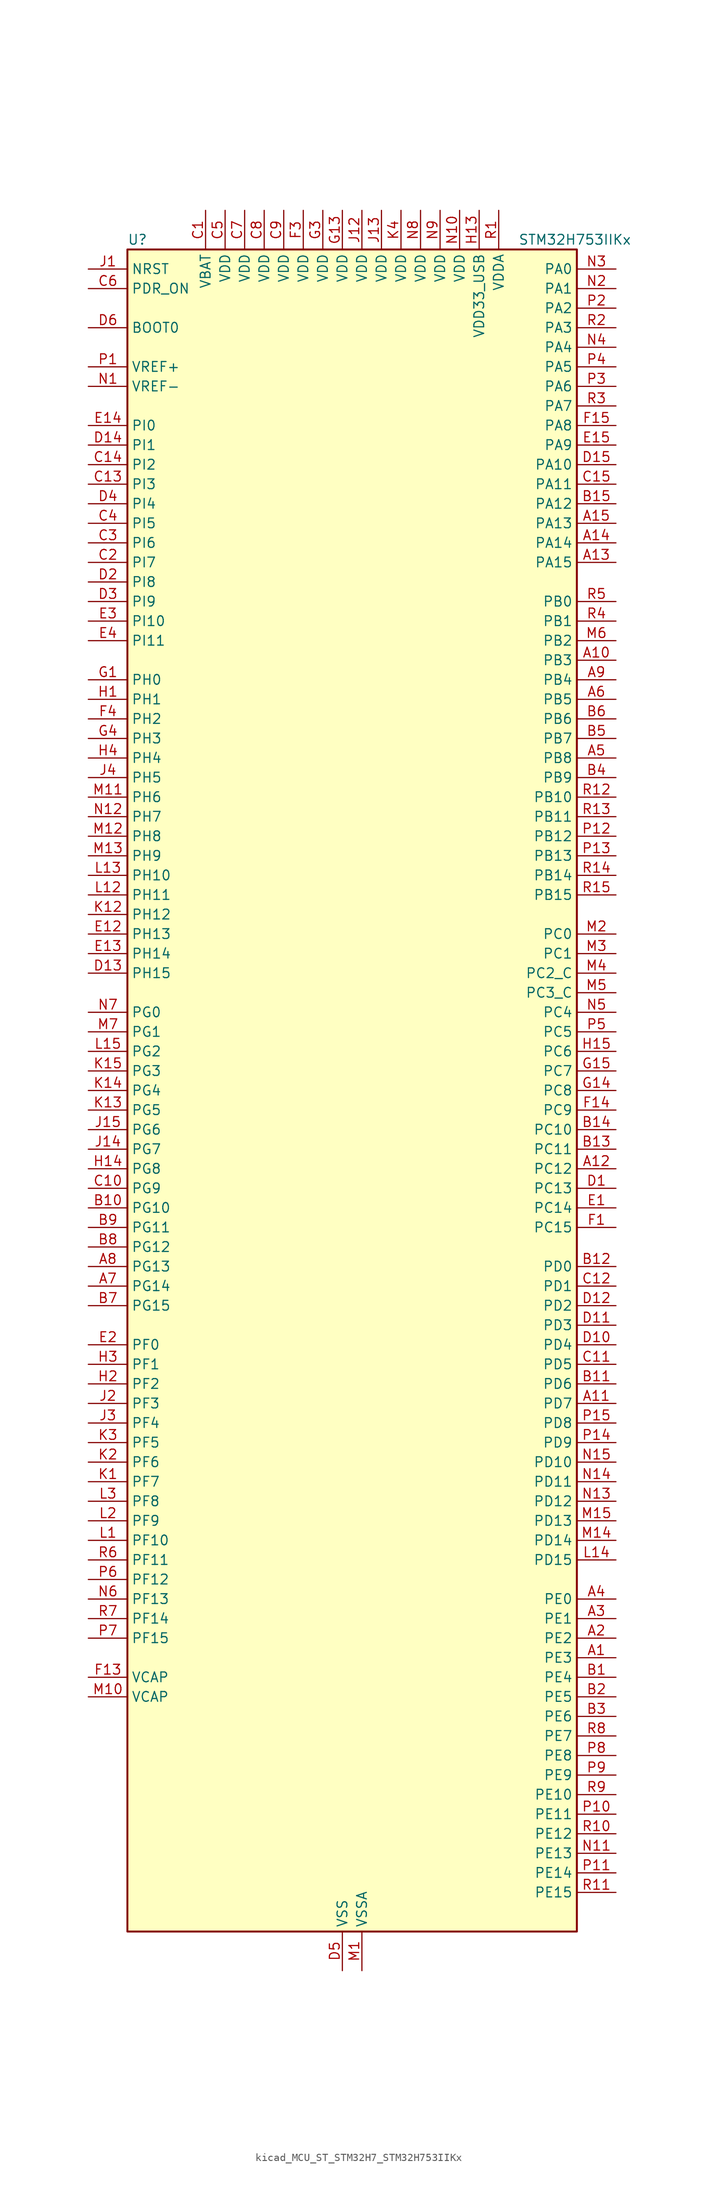
<source format=kicad_sym>
(kicad_symbol_lib
  (version 20220914)
  (generator kicad_symbol_editor)
  (symbol "kicad_MCU_ST_STM32H7_STM32H753IIKx"
    (property "Reference" "U"
      (at -27.94 110.49 0)
      (effects (font (size 1.27 1.27)) (justify left)))
    (property "Value" "STM32H753IIKx"
      (at 22.86 110.49 0)
      (effects (font (size 1.27 1.27)) (justify left)))
    (property "ki_locked" ""
      (at 0 0 0)
      (effects (font (size 1.27 1.27))))
    (symbol "kicad_MCU_ST_STM32H7_STM32H753IIKx_0_1"
      (rectangle (start -27.94 -109.22) (end 30.48 109.22) (stroke (width 0.254) (type default)) (fill (type background))))
    (symbol "kicad_MCU_ST_STM32H7_STM32H753IIKx_1_1"
      (pin bidirectional line (at 35.56 -73.66 180) (length 5.08) (name "PE3" (effects (font (size 1.27 1.27)))) (number "A1" (effects (font (size 1.27 1.27)))) (alternate "DEBUG_TRACED0" bidirectional line) (alternate "FMC_A19" bidirectional line) (alternate "SAI1_SD_B" bidirectional line) (alternate "SAI4_SD_B" bidirectional line) (alternate "TIM15_BKIN" bidirectional line))
      (pin bidirectional line (at 35.56 55.88 180) (length 5.08) (name "PB3" (effects (font (size 1.27 1.27)))) (number "A10" (effects (font (size 1.27 1.27)))) (alternate "CRS_SYNC" bidirectional line) (alternate "DEBUG_JTDO-SWO" bidirectional line) (alternate "HRTIM_FLT4" bidirectional line) (alternate "I2S1_CK" bidirectional line) (alternate "I2S3_CK" bidirectional line) (alternate "SDMMC2_D2" bidirectional line) (alternate "SPI1_SCK" bidirectional line) (alternate "SPI3_SCK" bidirectional line) (alternate "SPI6_SCK" bidirectional line) (alternate "TIM2_CH2" bidirectional line) (alternate "UART7_RX" bidirectional line))
      (pin bidirectional line (at 35.56 -40.64 180) (length 5.08) (name "PD7" (effects (font (size 1.27 1.27)))) (number "A11" (effects (font (size 1.27 1.27)))) (alternate "DFSDM1_CKIN1" bidirectional line) (alternate "DFSDM1_DATIN4" bidirectional line) (alternate "FMC_NE1" bidirectional line) (alternate "I2S1_SDO" bidirectional line) (alternate "SDMMC2_CMD" bidirectional line) (alternate "SPDIFRX1_IN0" bidirectional line) (alternate "SPI1_MOSI" bidirectional line) (alternate "USART2_CK" bidirectional line))
      (pin bidirectional line (at 35.56 -10.16 180) (length 5.08) (name "PC12" (effects (font (size 1.27 1.27)))) (number "A12" (effects (font (size 1.27 1.27)))) (alternate "DCMI_D9" bidirectional line) (alternate "DEBUG_TRACED3" bidirectional line) (alternate "HRTIM_EEV2" bidirectional line) (alternate "I2S3_SDO" bidirectional line) (alternate "SDMMC1_CK" bidirectional line) (alternate "SPI3_MOSI" bidirectional line) (alternate "UART5_TX" bidirectional line) (alternate "USART3_CK" bidirectional line))
      (pin bidirectional line (at 35.56 68.58 180) (length 5.08) (name "PA15" (effects (font (size 1.27 1.27)))) (number "A13" (effects (font (size 1.27 1.27)))) (alternate "ADC1_EXTI15" bidirectional line) (alternate "ADC2_EXTI15" bidirectional line) (alternate "ADC3_EXTI15" bidirectional line) (alternate "CEC" bidirectional line) (alternate "DEBUG_JTDI" bidirectional line) (alternate "HRTIM_FLT1" bidirectional line) (alternate "I2S1_WS" bidirectional line) (alternate "I2S3_WS" bidirectional line) (alternate "SPI1_NSS" bidirectional line) (alternate "SPI3_NSS" bidirectional line) (alternate "SPI6_NSS" bidirectional line) (alternate "TIM2_CH1" bidirectional line) (alternate "TIM2_ETR" bidirectional line) (alternate "UART4_DE" bidirectional line) (alternate "UART4_RTS" bidirectional line) (alternate "UART7_TX" bidirectional line))
      (pin bidirectional line (at 35.56 71.12 180) (length 5.08) (name "PA14" (effects (font (size 1.27 1.27)))) (number "A14" (effects (font (size 1.27 1.27)))) (alternate "DEBUG_JTCK-SWCLK" bidirectional line))
      (pin bidirectional line (at 35.56 73.66 180) (length 5.08) (name "PA13" (effects (font (size 1.27 1.27)))) (number "A15" (effects (font (size 1.27 1.27)))) (alternate "DEBUG_JTMS-SWDIO" bidirectional line))
      (pin bidirectional line (at 35.56 -71.12 180) (length 5.08) (name "PE2" (effects (font (size 1.27 1.27)))) (number "A2" (effects (font (size 1.27 1.27)))) (alternate "DEBUG_TRACECLK" bidirectional line) (alternate "ETH_TXD3" bidirectional line) (alternate "FMC_A23" bidirectional line) (alternate "QUADSPI_BK1_IO2" bidirectional line) (alternate "SAI1_CK1" bidirectional line) (alternate "SAI1_MCLK_A" bidirectional line) (alternate "SAI4_CK1" bidirectional line) (alternate "SAI4_MCLK_A" bidirectional line) (alternate "SPI4_SCK" bidirectional line))
      (pin bidirectional line (at 35.56 -68.58 180) (length 5.08) (name "PE1" (effects (font (size 1.27 1.27)))) (number "A3" (effects (font (size 1.27 1.27)))) (alternate "DCMI_D3" bidirectional line) (alternate "FMC_NBL1" bidirectional line) (alternate "HRTIM_SCOUT" bidirectional line) (alternate "LPTIM1_IN2" bidirectional line) (alternate "UART8_TX" bidirectional line))
      (pin bidirectional line (at 35.56 -66.04 180) (length 5.08) (name "PE0" (effects (font (size 1.27 1.27)))) (number "A4" (effects (font (size 1.27 1.27)))) (alternate "DCMI_D2" bidirectional line) (alternate "FMC_NBL0" bidirectional line) (alternate "HRTIM_SCIN" bidirectional line) (alternate "LPTIM1_ETR" bidirectional line) (alternate "LPTIM2_ETR" bidirectional line) (alternate "SAI2_MCLK_A" bidirectional line) (alternate "TIM4_ETR" bidirectional line) (alternate "UART8_RX" bidirectional line))
      (pin bidirectional line (at 35.56 43.18 180) (length 5.08) (name "PB8" (effects (font (size 1.27 1.27)))) (number "A5" (effects (font (size 1.27 1.27)))) (alternate "DCMI_D6" bidirectional line) (alternate "DFSDM1_CKIN7" bidirectional line) (alternate "ETH_TXD3" bidirectional line) (alternate "FDCAN1_RX" bidirectional line) (alternate "I2C1_SCL" bidirectional line) (alternate "I2C4_SCL" bidirectional line) (alternate "LTDC_B6" bidirectional line) (alternate "SDMMC1_CKIN" bidirectional line) (alternate "SDMMC1_D4" bidirectional line) (alternate "SDMMC2_D4" bidirectional line) (alternate "TIM16_CH1" bidirectional line) (alternate "TIM4_CH3" bidirectional line) (alternate "UART4_RX" bidirectional line))
      (pin bidirectional line (at 35.56 50.8 180) (length 5.08) (name "PB5" (effects (font (size 1.27 1.27)))) (number "A6" (effects (font (size 1.27 1.27)))) (alternate "DCMI_D10" bidirectional line) (alternate "ETH_PPS_OUT" bidirectional line) (alternate "FDCAN2_RX" bidirectional line) (alternate "FMC_SDCKE1" bidirectional line) (alternate "HRTIM_EEV7" bidirectional line) (alternate "I2C1_SMBA" bidirectional line) (alternate "I2C4_SMBA" bidirectional line) (alternate "I2S1_SDO" bidirectional line) (alternate "I2S3_SDO" bidirectional line) (alternate "SPI1_MOSI" bidirectional line) (alternate "SPI3_MOSI" bidirectional line) (alternate "SPI6_MOSI" bidirectional line) (alternate "TIM17_BKIN" bidirectional line) (alternate "TIM3_CH2" bidirectional line) (alternate "UART5_RX" bidirectional line) (alternate "USB_OTG_HS_ULPI_D7" bidirectional line))
      (pin bidirectional line (at -33.02 -25.4 0) (length 5.08) (name "PG14" (effects (font (size 1.27 1.27)))) (number "A7" (effects (font (size 1.27 1.27)))) (alternate "DEBUG_TRACED1" bidirectional line) (alternate "ETH_TXD1" bidirectional line) (alternate "FMC_A25" bidirectional line) (alternate "LPTIM1_ETR" bidirectional line) (alternate "LTDC_B0" bidirectional line) (alternate "QUADSPI_BK2_IO3" bidirectional line) (alternate "SPI6_MOSI" bidirectional line) (alternate "USART6_TX" bidirectional line))
      (pin bidirectional line (at -33.02 -22.86 0) (length 5.08) (name "PG13" (effects (font (size 1.27 1.27)))) (number "A8" (effects (font (size 1.27 1.27)))) (alternate "DEBUG_TRACED0" bidirectional line) (alternate "ETH_TXD0" bidirectional line) (alternate "FMC_A24" bidirectional line) (alternate "HRTIM_EEV10" bidirectional line) (alternate "LPTIM1_OUT" bidirectional line) (alternate "LTDC_R0" bidirectional line) (alternate "SPI6_SCK" bidirectional line) (alternate "USART6_CTS" bidirectional line) (alternate "USART6_NSS" bidirectional line))
      (pin bidirectional line (at 35.56 53.34 180) (length 5.08) (name "PB4" (effects (font (size 1.27 1.27)))) (number "A9" (effects (font (size 1.27 1.27)))) (alternate "DEBUG_JTRST" bidirectional line) (alternate "HRTIM_EEV6" bidirectional line) (alternate "I2S1_SDI" bidirectional line) (alternate "I2S2_WS" bidirectional line) (alternate "I2S3_SDI" bidirectional line) (alternate "SDMMC2_D3" bidirectional line) (alternate "SPI1_MISO" bidirectional line) (alternate "SPI2_NSS" bidirectional line) (alternate "SPI3_MISO" bidirectional line) (alternate "SPI6_MISO" bidirectional line) (alternate "TIM16_BKIN" bidirectional line) (alternate "TIM3_CH1" bidirectional line) (alternate "UART7_TX" bidirectional line))
      (pin bidirectional line (at 35.56 -76.2 180) (length 5.08) (name "PE4" (effects (font (size 1.27 1.27)))) (number "B1" (effects (font (size 1.27 1.27)))) (alternate "DCMI_D4" bidirectional line) (alternate "DEBUG_TRACED1" bidirectional line) (alternate "DFSDM1_DATIN3" bidirectional line) (alternate "FMC_A20" bidirectional line) (alternate "LTDC_B0" bidirectional line) (alternate "SAI1_D2" bidirectional line) (alternate "SAI1_FS_A" bidirectional line) (alternate "SAI4_D2" bidirectional line) (alternate "SAI4_FS_A" bidirectional line) (alternate "SPI4_NSS" bidirectional line) (alternate "TIM15_CH1N" bidirectional line))
      (pin bidirectional line (at -33.02 -15.24 0) (length 5.08) (name "PG10" (effects (font (size 1.27 1.27)))) (number "B10" (effects (font (size 1.27 1.27)))) (alternate "DCMI_D2" bidirectional line) (alternate "FMC_NE3" bidirectional line) (alternate "HRTIM_FLT5" bidirectional line) (alternate "I2S1_WS" bidirectional line) (alternate "LTDC_B2" bidirectional line) (alternate "LTDC_G3" bidirectional line) (alternate "SAI2_SD_B" bidirectional line) (alternate "SPI1_NSS" bidirectional line))
      (pin bidirectional line (at 35.56 -38.1 180) (length 5.08) (name "PD6" (effects (font (size 1.27 1.27)))) (number "B11" (effects (font (size 1.27 1.27)))) (alternate "DCMI_D10" bidirectional line) (alternate "DFSDM1_CKIN4" bidirectional line) (alternate "DFSDM1_DATIN1" bidirectional line) (alternate "FMC_NWAIT" bidirectional line) (alternate "I2S3_SDO" bidirectional line) (alternate "LTDC_B2" bidirectional line) (alternate "SAI1_D1" bidirectional line) (alternate "SAI1_SD_A" bidirectional line) (alternate "SAI4_D1" bidirectional line) (alternate "SAI4_SD_A" bidirectional line) (alternate "SDMMC2_CK" bidirectional line) (alternate "SPI3_MOSI" bidirectional line) (alternate "USART2_RX" bidirectional line))
      (pin bidirectional line (at 35.56 -22.86 180) (length 5.08) (name "PD0" (effects (font (size 1.27 1.27)))) (number "B12" (effects (font (size 1.27 1.27)))) (alternate "DFSDM1_CKIN6" bidirectional line) (alternate "FDCAN1_RX" bidirectional line) (alternate "FMC_D2" bidirectional line) (alternate "FMC_DA2" bidirectional line) (alternate "SAI3_SCK_A" bidirectional line) (alternate "UART4_RX" bidirectional line))
      (pin bidirectional line (at 35.56 -7.62 180) (length 5.08) (name "PC11" (effects (font (size 1.27 1.27)))) (number "B13" (effects (font (size 1.27 1.27)))) (alternate "ADC1_EXTI11" bidirectional line) (alternate "ADC2_EXTI11" bidirectional line) (alternate "ADC3_EXTI11" bidirectional line) (alternate "DCMI_D4" bidirectional line) (alternate "DFSDM1_DATIN5" bidirectional line) (alternate "HRTIM_FLT2" bidirectional line) (alternate "I2S3_SDI" bidirectional line) (alternate "QUADSPI_BK2_NCS" bidirectional line) (alternate "SDMMC1_D3" bidirectional line) (alternate "SPI3_MISO" bidirectional line) (alternate "UART4_RX" bidirectional line) (alternate "USART3_RX" bidirectional line))
      (pin bidirectional line (at 35.56 -5.08 180) (length 5.08) (name "PC10" (effects (font (size 1.27 1.27)))) (number "B14" (effects (font (size 1.27 1.27)))) (alternate "DCMI_D8" bidirectional line) (alternate "DFSDM1_CKIN5" bidirectional line) (alternate "HRTIM_EEV1" bidirectional line) (alternate "I2S3_CK" bidirectional line) (alternate "LTDC_R2" bidirectional line) (alternate "QUADSPI_BK1_IO1" bidirectional line) (alternate "SDMMC1_D2" bidirectional line) (alternate "SPI3_SCK" bidirectional line) (alternate "UART4_TX" bidirectional line) (alternate "USART3_TX" bidirectional line))
      (pin bidirectional line (at 35.56 76.2 180) (length 5.08) (name "PA12" (effects (font (size 1.27 1.27)))) (number "B15" (effects (font (size 1.27 1.27)))) (alternate "FDCAN1_TX" bidirectional line) (alternate "HRTIM_CHD2" bidirectional line) (alternate "I2S2_CK" bidirectional line) (alternate "LPUART1_DE" bidirectional line) (alternate "LPUART1_RTS" bidirectional line) (alternate "LTDC_R5" bidirectional line) (alternate "SAI2_FS_B" bidirectional line) (alternate "SPI2_SCK" bidirectional line) (alternate "TIM1_ETR" bidirectional line) (alternate "UART4_TX" bidirectional line) (alternate "USART1_DE" bidirectional line) (alternate "USART1_RTS" bidirectional line) (alternate "USB_OTG_FS_DP" bidirectional line))
      (pin bidirectional line (at 35.56 -78.74 180) (length 5.08) (name "PE5" (effects (font (size 1.27 1.27)))) (number "B2" (effects (font (size 1.27 1.27)))) (alternate "DCMI_D6" bidirectional line) (alternate "DEBUG_TRACED2" bidirectional line) (alternate "DFSDM1_CKIN3" bidirectional line) (alternate "FMC_A21" bidirectional line) (alternate "LTDC_G0" bidirectional line) (alternate "SAI1_CK2" bidirectional line) (alternate "SAI1_SCK_A" bidirectional line) (alternate "SAI4_CK2" bidirectional line) (alternate "SAI4_SCK_A" bidirectional line) (alternate "SPI4_MISO" bidirectional line) (alternate "TIM15_CH1" bidirectional line))
      (pin bidirectional line (at 35.56 -81.28 180) (length 5.08) (name "PE6" (effects (font (size 1.27 1.27)))) (number "B3" (effects (font (size 1.27 1.27)))) (alternate "DCMI_D7" bidirectional line) (alternate "DEBUG_TRACED3" bidirectional line) (alternate "FMC_A22" bidirectional line) (alternate "LTDC_G1" bidirectional line) (alternate "SAI1_D1" bidirectional line) (alternate "SAI1_SD_A" bidirectional line) (alternate "SAI2_MCLK_B" bidirectional line) (alternate "SAI4_D1" bidirectional line) (alternate "SAI4_SD_A" bidirectional line) (alternate "SPI4_MOSI" bidirectional line) (alternate "TIM15_CH2" bidirectional line) (alternate "TIM1_BKIN2" bidirectional line) (alternate "TIM1_BKIN2_COMP1" bidirectional line) (alternate "TIM1_BKIN2_COMP2" bidirectional line))
      (pin bidirectional line (at 35.56 40.64 180) (length 5.08) (name "PB9" (effects (font (size 1.27 1.27)))) (number "B4" (effects (font (size 1.27 1.27)))) (alternate "DAC1_EXTI9" bidirectional line) (alternate "DCMI_D7" bidirectional line) (alternate "DFSDM1_DATIN7" bidirectional line) (alternate "FDCAN1_TX" bidirectional line) (alternate "I2C1_SDA" bidirectional line) (alternate "I2C4_SDA" bidirectional line) (alternate "I2C4_SMBA" bidirectional line) (alternate "I2S2_WS" bidirectional line) (alternate "LTDC_B7" bidirectional line) (alternate "SDMMC1_CDIR" bidirectional line) (alternate "SDMMC1_D5" bidirectional line) (alternate "SDMMC2_D5" bidirectional line) (alternate "SPI2_NSS" bidirectional line) (alternate "TIM17_CH1" bidirectional line) (alternate "TIM4_CH4" bidirectional line) (alternate "UART4_TX" bidirectional line))
      (pin bidirectional line (at 35.56 45.72 180) (length 5.08) (name "PB7" (effects (font (size 1.27 1.27)))) (number "B5" (effects (font (size 1.27 1.27)))) (alternate "DCMI_VSYNC" bidirectional line) (alternate "DFSDM1_CKIN5" bidirectional line) (alternate "FMC_NL" bidirectional line) (alternate "HRTIM_EEV9" bidirectional line) (alternate "I2C1_SDA" bidirectional line) (alternate "I2C4_SDA" bidirectional line) (alternate "LPUART1_RX" bidirectional line) (alternate "PWR_PVD_IN" bidirectional line) (alternate "TIM17_CH1N" bidirectional line) (alternate "TIM4_CH2" bidirectional line) (alternate "USART1_RX" bidirectional line))
      (pin bidirectional line (at 35.56 48.26 180) (length 5.08) (name "PB6" (effects (font (size 1.27 1.27)))) (number "B6" (effects (font (size 1.27 1.27)))) (alternate "CEC" bidirectional line) (alternate "DCMI_D5" bidirectional line) (alternate "DFSDM1_DATIN5" bidirectional line) (alternate "FDCAN2_TX" bidirectional line) (alternate "FMC_SDNE1" bidirectional line) (alternate "HRTIM_EEV8" bidirectional line) (alternate "I2C1_SCL" bidirectional line) (alternate "I2C4_SCL" bidirectional line) (alternate "LPUART1_TX" bidirectional line) (alternate "QUADSPI_BK1_NCS" bidirectional line) (alternate "TIM16_CH1N" bidirectional line) (alternate "TIM4_CH1" bidirectional line) (alternate "UART5_TX" bidirectional line) (alternate "USART1_TX" bidirectional line))
      (pin bidirectional line (at -33.02 -27.94 0) (length 5.08) (name "PG15" (effects (font (size 1.27 1.27)))) (number "B7" (effects (font (size 1.27 1.27)))) (alternate "ADC1_EXTI15" bidirectional line) (alternate "ADC2_EXTI15" bidirectional line) (alternate "ADC3_EXTI15" bidirectional line) (alternate "DCMI_D13" bidirectional line) (alternate "FMC_SDNCAS" bidirectional line) (alternate "USART6_CTS" bidirectional line) (alternate "USART6_NSS" bidirectional line))
      (pin bidirectional line (at -33.02 -20.32 0) (length 5.08) (name "PG12" (effects (font (size 1.27 1.27)))) (number "B8" (effects (font (size 1.27 1.27)))) (alternate "ETH_TXD1" bidirectional line) (alternate "FMC_NE4" bidirectional line) (alternate "HRTIM_EEV5" bidirectional line) (alternate "LPTIM1_IN1" bidirectional line) (alternate "LTDC_B1" bidirectional line) (alternate "LTDC_B4" bidirectional line) (alternate "SPDIFRX1_IN1" bidirectional line) (alternate "SPI6_MISO" bidirectional line) (alternate "USART6_DE" bidirectional line) (alternate "USART6_RTS" bidirectional line))
      (pin bidirectional line (at -33.02 -17.78 0) (length 5.08) (name "PG11" (effects (font (size 1.27 1.27)))) (number "B9" (effects (font (size 1.27 1.27)))) (alternate "ADC1_EXTI11" bidirectional line) (alternate "ADC2_EXTI11" bidirectional line) (alternate "ADC3_EXTI11" bidirectional line) (alternate "DCMI_D3" bidirectional line) (alternate "ETH_TX_EN" bidirectional line) (alternate "HRTIM_EEV4" bidirectional line) (alternate "I2S1_CK" bidirectional line) (alternate "LPTIM1_IN2" bidirectional line) (alternate "LTDC_B3" bidirectional line) (alternate "SDMMC2_D2" bidirectional line) (alternate "SPDIFRX1_IN0" bidirectional line) (alternate "SPI1_SCK" bidirectional line))
      (pin power_in line (at -17.78 114.3 270) (length 5.08) (name "VBAT" (effects (font (size 1.27 1.27)))) (number "C1" (effects (font (size 1.27 1.27)))))
      (pin bidirectional line (at -33.02 -12.7 0) (length 5.08) (name "PG9" (effects (font (size 1.27 1.27)))) (number "C10" (effects (font (size 1.27 1.27)))) (alternate "DAC1_EXTI9" bidirectional line) (alternate "DCMI_VSYNC" bidirectional line) (alternate "FMC_NCE" bidirectional line) (alternate "FMC_NE2" bidirectional line) (alternate "I2S1_SDI" bidirectional line) (alternate "QUADSPI_BK2_IO2" bidirectional line) (alternate "SAI2_FS_B" bidirectional line) (alternate "SPDIFRX1_IN3" bidirectional line) (alternate "SPI1_MISO" bidirectional line) (alternate "USART6_RX" bidirectional line))
      (pin bidirectional line (at 35.56 -35.56 180) (length 5.08) (name "PD5" (effects (font (size 1.27 1.27)))) (number "C11" (effects (font (size 1.27 1.27)))) (alternate "FMC_NWE" bidirectional line) (alternate "HRTIM_EEV3" bidirectional line) (alternate "USART2_TX" bidirectional line))
      (pin bidirectional line (at 35.56 -25.4 180) (length 5.08) (name "PD1" (effects (font (size 1.27 1.27)))) (number "C12" (effects (font (size 1.27 1.27)))) (alternate "DFSDM1_DATIN6" bidirectional line) (alternate "FDCAN1_TX" bidirectional line) (alternate "FMC_D3" bidirectional line) (alternate "FMC_DA3" bidirectional line) (alternate "SAI3_SD_A" bidirectional line) (alternate "UART4_TX" bidirectional line))
      (pin bidirectional line (at -33.02 78.74 0) (length 5.08) (name "PI3" (effects (font (size 1.27 1.27)))) (number "C13" (effects (font (size 1.27 1.27)))) (alternate "DCMI_D10" bidirectional line) (alternate "FMC_D27" bidirectional line) (alternate "I2S2_SDO" bidirectional line) (alternate "SPI2_MOSI" bidirectional line) (alternate "TIM8_ETR" bidirectional line))
      (pin bidirectional line (at -33.02 81.28 0) (length 5.08) (name "PI2" (effects (font (size 1.27 1.27)))) (number "C14" (effects (font (size 1.27 1.27)))) (alternate "DCMI_D9" bidirectional line) (alternate "FMC_D26" bidirectional line) (alternate "I2S2_SDI" bidirectional line) (alternate "LTDC_G7" bidirectional line) (alternate "SPI2_MISO" bidirectional line) (alternate "TIM8_CH4" bidirectional line))
      (pin bidirectional line (at 35.56 78.74 180) (length 5.08) (name "PA11" (effects (font (size 1.27 1.27)))) (number "C15" (effects (font (size 1.27 1.27)))) (alternate "ADC1_EXTI11" bidirectional line) (alternate "ADC2_EXTI11" bidirectional line) (alternate "ADC3_EXTI11" bidirectional line) (alternate "FDCAN1_RX" bidirectional line) (alternate "HRTIM_CHD1" bidirectional line) (alternate "I2S2_WS" bidirectional line) (alternate "LPUART1_CTS" bidirectional line) (alternate "LTDC_R4" bidirectional line) (alternate "SPI2_NSS" bidirectional line) (alternate "TIM1_CH4" bidirectional line) (alternate "UART4_RX" bidirectional line) (alternate "USART1_CTS" bidirectional line) (alternate "USART1_NSS" bidirectional line) (alternate "USB_OTG_FS_DM" bidirectional line))
      (pin bidirectional line (at -33.02 68.58 0) (length 5.08) (name "PI7" (effects (font (size 1.27 1.27)))) (number "C2" (effects (font (size 1.27 1.27)))) (alternate "DCMI_D7" bidirectional line) (alternate "FMC_D29" bidirectional line) (alternate "LTDC_B7" bidirectional line) (alternate "SAI2_FS_A" bidirectional line) (alternate "TIM8_CH3" bidirectional line))
      (pin bidirectional line (at -33.02 71.12 0) (length 5.08) (name "PI6" (effects (font (size 1.27 1.27)))) (number "C3" (effects (font (size 1.27 1.27)))) (alternate "DCMI_D6" bidirectional line) (alternate "FMC_D28" bidirectional line) (alternate "LTDC_B6" bidirectional line) (alternate "SAI2_SD_A" bidirectional line) (alternate "TIM8_CH2" bidirectional line))
      (pin bidirectional line (at -33.02 73.66 0) (length 5.08) (name "PI5" (effects (font (size 1.27 1.27)))) (number "C4" (effects (font (size 1.27 1.27)))) (alternate "DCMI_VSYNC" bidirectional line) (alternate "FMC_NBL3" bidirectional line) (alternate "LTDC_B5" bidirectional line) (alternate "SAI2_SCK_A" bidirectional line) (alternate "TIM8_CH1" bidirectional line))
      (pin power_in line (at -15.24 114.3 270) (length 5.08) (name "VDD" (effects (font (size 1.27 1.27)))) (number "C5" (effects (font (size 1.27 1.27)))))
      (pin input line (at -33.02 104.14 0) (length 5.08) (name "PDR_ON" (effects (font (size 1.27 1.27)))) (number "C6" (effects (font (size 1.27 1.27)))))
      (pin power_in line (at -12.7 114.3 270) (length 5.08) (name "VDD" (effects (font (size 1.27 1.27)))) (number "C7" (effects (font (size 1.27 1.27)))))
      (pin power_in line (at -10.16 114.3 270) (length 5.08) (name "VDD" (effects (font (size 1.27 1.27)))) (number "C8" (effects (font (size 1.27 1.27)))))
      (pin power_in line (at -7.62 114.3 270) (length 5.08) (name "VDD" (effects (font (size 1.27 1.27)))) (number "C9" (effects (font (size 1.27 1.27)))))
      (pin bidirectional line (at 35.56 -12.7 180) (length 5.08) (name "PC13" (effects (font (size 1.27 1.27)))) (number "D1" (effects (font (size 1.27 1.27)))) (alternate "PWR_WKUP2" bidirectional line) (alternate "RTC_OUT_ALARM" bidirectional line) (alternate "RTC_OUT_CALIB" bidirectional line) (alternate "RTC_TAMP1" bidirectional line) (alternate "RTC_TS" bidirectional line))
      (pin bidirectional line (at 35.56 -33.02 180) (length 5.08) (name "PD4" (effects (font (size 1.27 1.27)))) (number "D10" (effects (font (size 1.27 1.27)))) (alternate "FMC_NOE" bidirectional line) (alternate "HRTIM_FLT3" bidirectional line) (alternate "SAI3_FS_A" bidirectional line) (alternate "USART2_DE" bidirectional line) (alternate "USART2_RTS" bidirectional line))
      (pin bidirectional line (at 35.56 -30.48 180) (length 5.08) (name "PD3" (effects (font (size 1.27 1.27)))) (number "D11" (effects (font (size 1.27 1.27)))) (alternate "DCMI_D5" bidirectional line) (alternate "DFSDM1_CKOUT" bidirectional line) (alternate "FMC_CLK" bidirectional line) (alternate "I2S2_CK" bidirectional line) (alternate "LTDC_G7" bidirectional line) (alternate "SPI2_SCK" bidirectional line) (alternate "USART2_CTS" bidirectional line) (alternate "USART2_NSS" bidirectional line))
      (pin bidirectional line (at 35.56 -27.94 180) (length 5.08) (name "PD2" (effects (font (size 1.27 1.27)))) (number "D12" (effects (font (size 1.27 1.27)))) (alternate "DCMI_D11" bidirectional line) (alternate "DEBUG_TRACED2" bidirectional line) (alternate "SDMMC1_CMD" bidirectional line) (alternate "TIM3_ETR" bidirectional line) (alternate "UART5_RX" bidirectional line))
      (pin bidirectional line (at -33.02 15.24 0) (length 5.08) (name "PH15" (effects (font (size 1.27 1.27)))) (number "D13" (effects (font (size 1.27 1.27)))) (alternate "ADC1_EXTI15" bidirectional line) (alternate "ADC2_EXTI15" bidirectional line) (alternate "ADC3_EXTI15" bidirectional line) (alternate "DCMI_D11" bidirectional line) (alternate "FMC_D23" bidirectional line) (alternate "LTDC_G4" bidirectional line) (alternate "TIM8_CH3N" bidirectional line))
      (pin bidirectional line (at -33.02 83.82 0) (length 5.08) (name "PI1" (effects (font (size 1.27 1.27)))) (number "D14" (effects (font (size 1.27 1.27)))) (alternate "DCMI_D8" bidirectional line) (alternate "FMC_D25" bidirectional line) (alternate "I2S2_CK" bidirectional line) (alternate "LTDC_G6" bidirectional line) (alternate "SPI2_SCK" bidirectional line) (alternate "TIM8_BKIN2" bidirectional line) (alternate "TIM8_BKIN2_COMP1" bidirectional line) (alternate "TIM8_BKIN2_COMP2" bidirectional line))
      (pin bidirectional line (at 35.56 81.28 180) (length 5.08) (name "PA10" (effects (font (size 1.27 1.27)))) (number "D15" (effects (font (size 1.27 1.27)))) (alternate "DCMI_D1" bidirectional line) (alternate "HRTIM_CHC2" bidirectional line) (alternate "LPUART1_RX" bidirectional line) (alternate "LTDC_B1" bidirectional line) (alternate "LTDC_B4" bidirectional line) (alternate "MDIOS_MDIO" bidirectional line) (alternate "TIM1_CH3" bidirectional line) (alternate "USART1_RX" bidirectional line) (alternate "USB_OTG_FS_ID" bidirectional line))
      (pin bidirectional line (at -33.02 66.04 0) (length 5.08) (name "PI8" (effects (font (size 1.27 1.27)))) (number "D2" (effects (font (size 1.27 1.27)))) (alternate "PWR_WKUP3" bidirectional line) (alternate "RTC_TAMP2" bidirectional line))
      (pin bidirectional line (at -33.02 63.5 0) (length 5.08) (name "PI9" (effects (font (size 1.27 1.27)))) (number "D3" (effects (font (size 1.27 1.27)))) (alternate "DAC1_EXTI9" bidirectional line) (alternate "FDCAN1_RX" bidirectional line) (alternate "FMC_D30" bidirectional line) (alternate "LTDC_VSYNC" bidirectional line) (alternate "UART4_RX" bidirectional line))
      (pin bidirectional line (at -33.02 76.2 0) (length 5.08) (name "PI4" (effects (font (size 1.27 1.27)))) (number "D4" (effects (font (size 1.27 1.27)))) (alternate "DCMI_D5" bidirectional line) (alternate "FMC_NBL2" bidirectional line) (alternate "LTDC_B4" bidirectional line) (alternate "SAI2_MCLK_A" bidirectional line) (alternate "TIM8_BKIN" bidirectional line) (alternate "TIM8_BKIN_COMP1" bidirectional line) (alternate "TIM8_BKIN_COMP2" bidirectional line))
      (pin power_in line (at 0 -114.3 90) (length 5.08) (name "VSS" (effects (font (size 1.27 1.27)))) (number "D5" (effects (font (size 1.27 1.27)))))
      (pin input line (at -33.02 99.06 0) (length 5.08) (name "BOOT0" (effects (font (size 1.27 1.27)))) (number "D6" (effects (font (size 1.27 1.27)))))
      (pin passive line (at 0 -114.3 90) (length 5.08) hide (name "VSS" (effects (font (size 1.27 1.27)))) (number "D7" (effects (font (size 1.27 1.27)))))
      (pin passive line (at 0 -114.3 90) (length 5.08) hide (name "VSS" (effects (font (size 1.27 1.27)))) (number "D8" (effects (font (size 1.27 1.27)))))
      (pin passive line (at 0 -114.3 90) (length 5.08) hide (name "VSS" (effects (font (size 1.27 1.27)))) (number "D9" (effects (font (size 1.27 1.27)))))
      (pin bidirectional line (at 35.56 -15.24 180) (length 5.08) (name "PC14" (effects (font (size 1.27 1.27)))) (number "E1" (effects (font (size 1.27 1.27)))) (alternate "RCC_OSC32_IN" bidirectional line))
      (pin bidirectional line (at -33.02 20.32 0) (length 5.08) (name "PH13" (effects (font (size 1.27 1.27)))) (number "E12" (effects (font (size 1.27 1.27)))) (alternate "FDCAN1_TX" bidirectional line) (alternate "FMC_D21" bidirectional line) (alternate "LTDC_G2" bidirectional line) (alternate "TIM8_CH1N" bidirectional line) (alternate "UART4_TX" bidirectional line))
      (pin bidirectional line (at -33.02 17.78 0) (length 5.08) (name "PH14" (effects (font (size 1.27 1.27)))) (number "E13" (effects (font (size 1.27 1.27)))) (alternate "DCMI_D4" bidirectional line) (alternate "FDCAN1_RX" bidirectional line) (alternate "FMC_D22" bidirectional line) (alternate "LTDC_G3" bidirectional line) (alternate "TIM8_CH2N" bidirectional line) (alternate "UART4_RX" bidirectional line))
      (pin bidirectional line (at -33.02 86.36 0) (length 5.08) (name "PI0" (effects (font (size 1.27 1.27)))) (number "E14" (effects (font (size 1.27 1.27)))) (alternate "DCMI_D13" bidirectional line) (alternate "FMC_D24" bidirectional line) (alternate "I2S2_WS" bidirectional line) (alternate "LTDC_G5" bidirectional line) (alternate "SPI2_NSS" bidirectional line) (alternate "TIM5_CH4" bidirectional line))
      (pin bidirectional line (at 35.56 83.82 180) (length 5.08) (name "PA9" (effects (font (size 1.27 1.27)))) (number "E15" (effects (font (size 1.27 1.27)))) (alternate "DAC1_EXTI9" bidirectional line) (alternate "DCMI_D0" bidirectional line) (alternate "HRTIM_CHC1" bidirectional line) (alternate "I2C3_SMBA" bidirectional line) (alternate "I2S2_CK" bidirectional line) (alternate "LPUART1_TX" bidirectional line) (alternate "LTDC_R5" bidirectional line) (alternate "SPI2_SCK" bidirectional line) (alternate "TIM1_CH2" bidirectional line) (alternate "USART1_TX" bidirectional line) (alternate "USB_OTG_FS_VBUS" bidirectional line))
      (pin bidirectional line (at -33.02 -33.02 0) (length 5.08) (name "PF0" (effects (font (size 1.27 1.27)))) (number "E2" (effects (font (size 1.27 1.27)))) (alternate "FMC_A0" bidirectional line) (alternate "I2C2_SDA" bidirectional line))
      (pin bidirectional line (at -33.02 60.96 0) (length 5.08) (name "PI10" (effects (font (size 1.27 1.27)))) (number "E3" (effects (font (size 1.27 1.27)))) (alternate "ETH_RX_ER" bidirectional line) (alternate "FMC_D31" bidirectional line) (alternate "LTDC_HSYNC" bidirectional line))
      (pin bidirectional line (at -33.02 58.42 0) (length 5.08) (name "PI11" (effects (font (size 1.27 1.27)))) (number "E4" (effects (font (size 1.27 1.27)))) (alternate "ADC1_EXTI11" bidirectional line) (alternate "ADC2_EXTI11" bidirectional line) (alternate "ADC3_EXTI11" bidirectional line) (alternate "LTDC_G6" bidirectional line) (alternate "PWR_WKUP4" bidirectional line) (alternate "USB_OTG_HS_ULPI_DIR" bidirectional line))
      (pin bidirectional line (at 35.56 -17.78 180) (length 5.08) (name "PC15" (effects (font (size 1.27 1.27)))) (number "F1" (effects (font (size 1.27 1.27)))) (alternate "ADC1_EXTI15" bidirectional line) (alternate "ADC2_EXTI15" bidirectional line) (alternate "ADC3_EXTI15" bidirectional line) (alternate "RCC_OSC32_OUT" bidirectional line))
      (pin passive line (at 0 -114.3 90) (length 5.08) hide (name "VSS" (effects (font (size 1.27 1.27)))) (number "F10" (effects (font (size 1.27 1.27)))))
      (pin passive line (at 0 -114.3 90) (length 5.08) hide (name "VSS" (effects (font (size 1.27 1.27)))) (number "F12" (effects (font (size 1.27 1.27)))))
      (pin power_out line (at -33.02 -76.2 0) (length 5.08) (name "VCAP" (effects (font (size 1.27 1.27)))) (number "F13" (effects (font (size 1.27 1.27)))))
      (pin bidirectional line (at 35.56 -2.54 180) (length 5.08) (name "PC9" (effects (font (size 1.27 1.27)))) (number "F14" (effects (font (size 1.27 1.27)))) (alternate "DAC1_EXTI9" bidirectional line) (alternate "DCMI_D3" bidirectional line) (alternate "I2C3_SDA" bidirectional line) (alternate "I2S_CKIN" bidirectional line) (alternate "LTDC_B2" bidirectional line) (alternate "LTDC_G3" bidirectional line) (alternate "QUADSPI_BK1_IO0" bidirectional line) (alternate "RCC_MCO_2" bidirectional line) (alternate "SDMMC1_D1" bidirectional line) (alternate "SWPMI1_SUSPEND" bidirectional line) (alternate "TIM3_CH4" bidirectional line) (alternate "TIM8_CH4" bidirectional line) (alternate "UART5_CTS" bidirectional line))
      (pin bidirectional line (at 35.56 86.36 180) (length 5.08) (name "PA8" (effects (font (size 1.27 1.27)))) (number "F15" (effects (font (size 1.27 1.27)))) (alternate "HRTIM_CHB2" bidirectional line) (alternate "I2C3_SCL" bidirectional line) (alternate "LTDC_B3" bidirectional line) (alternate "LTDC_R6" bidirectional line) (alternate "RCC_MCO_1" bidirectional line) (alternate "TIM1_CH1" bidirectional line) (alternate "TIM8_BKIN2" bidirectional line) (alternate "TIM8_BKIN2_COMP1" bidirectional line) (alternate "TIM8_BKIN2_COMP2" bidirectional line) (alternate "UART7_RX" bidirectional line) (alternate "USART1_CK" bidirectional line) (alternate "USB_OTG_FS_SOF" bidirectional line))
      (pin passive line (at 0 -114.3 90) (length 5.08) hide (name "VSS" (effects (font (size 1.27 1.27)))) (number "F2" (effects (font (size 1.27 1.27)))))
      (pin power_in line (at -5.08 114.3 270) (length 5.08) (name "VDD" (effects (font (size 1.27 1.27)))) (number "F3" (effects (font (size 1.27 1.27)))))
      (pin bidirectional line (at -33.02 48.26 0) (length 5.08) (name "PH2" (effects (font (size 1.27 1.27)))) (number "F4" (effects (font (size 1.27 1.27)))) (alternate "ADC3_INP13" bidirectional line) (alternate "ETH_CRS" bidirectional line) (alternate "FMC_SDCKE0" bidirectional line) (alternate "LPTIM1_IN2" bidirectional line) (alternate "LTDC_R0" bidirectional line) (alternate "QUADSPI_BK2_IO0" bidirectional line) (alternate "SAI2_SCK_B" bidirectional line))
      (pin passive line (at 0 -114.3 90) (length 5.08) hide (name "VSS" (effects (font (size 1.27 1.27)))) (number "F6" (effects (font (size 1.27 1.27)))))
      (pin passive line (at 0 -114.3 90) (length 5.08) hide (name "VSS" (effects (font (size 1.27 1.27)))) (number "F7" (effects (font (size 1.27 1.27)))))
      (pin passive line (at 0 -114.3 90) (length 5.08) hide (name "VSS" (effects (font (size 1.27 1.27)))) (number "F8" (effects (font (size 1.27 1.27)))))
      (pin passive line (at 0 -114.3 90) (length 5.08) hide (name "VSS" (effects (font (size 1.27 1.27)))) (number "F9" (effects (font (size 1.27 1.27)))))
      (pin bidirectional line (at -33.02 53.34 0) (length 5.08) (name "PH0" (effects (font (size 1.27 1.27)))) (number "G1" (effects (font (size 1.27 1.27)))) (alternate "RCC_OSC_IN" bidirectional line))
      (pin passive line (at 0 -114.3 90) (length 5.08) hide (name "VSS" (effects (font (size 1.27 1.27)))) (number "G10" (effects (font (size 1.27 1.27)))))
      (pin passive line (at 0 -114.3 90) (length 5.08) hide (name "VSS" (effects (font (size 1.27 1.27)))) (number "G12" (effects (font (size 1.27 1.27)))))
      (pin power_in line (at 0 114.3 270) (length 5.08) (name "VDD" (effects (font (size 1.27 1.27)))) (number "G13" (effects (font (size 1.27 1.27)))))
      (pin bidirectional line (at 35.56 0 180) (length 5.08) (name "PC8" (effects (font (size 1.27 1.27)))) (number "G14" (effects (font (size 1.27 1.27)))) (alternate "DCMI_D2" bidirectional line) (alternate "DEBUG_TRACED1" bidirectional line) (alternate "FMC_NCE" bidirectional line) (alternate "FMC_NE2" bidirectional line) (alternate "HRTIM_CHB1" bidirectional line) (alternate "SDMMC1_D0" bidirectional line) (alternate "SWPMI1_RX" bidirectional line) (alternate "TIM3_CH3" bidirectional line) (alternate "TIM8_CH3" bidirectional line) (alternate "UART5_DE" bidirectional line) (alternate "UART5_RTS" bidirectional line) (alternate "USART6_CK" bidirectional line))
      (pin bidirectional line (at 35.56 2.54 180) (length 5.08) (name "PC7" (effects (font (size 1.27 1.27)))) (number "G15" (effects (font (size 1.27 1.27)))) (alternate "DCMI_D1" bidirectional line) (alternate "DEBUG_TRGIO" bidirectional line) (alternate "DFSDM1_DATIN3" bidirectional line) (alternate "FMC_NE1" bidirectional line) (alternate "HRTIM_CHA2" bidirectional line) (alternate "I2S3_MCK" bidirectional line) (alternate "LTDC_G6" bidirectional line) (alternate "SDMMC1_D123DIR" bidirectional line) (alternate "SDMMC1_D7" bidirectional line) (alternate "SDMMC2_D7" bidirectional line) (alternate "SWPMI1_TX" bidirectional line) (alternate "TIM3_CH2" bidirectional line) (alternate "TIM8_CH2" bidirectional line) (alternate "USART6_RX" bidirectional line))
      (pin passive line (at 0 -114.3 90) (length 5.08) hide (name "VSS" (effects (font (size 1.27 1.27)))) (number "G2" (effects (font (size 1.27 1.27)))))
      (pin power_in line (at -2.54 114.3 270) (length 5.08) (name "VDD" (effects (font (size 1.27 1.27)))) (number "G3" (effects (font (size 1.27 1.27)))))
      (pin bidirectional line (at -33.02 45.72 0) (length 5.08) (name "PH3" (effects (font (size 1.27 1.27)))) (number "G4" (effects (font (size 1.27 1.27)))) (alternate "ADC3_INN13" bidirectional line) (alternate "ADC3_INP14" bidirectional line) (alternate "ETH_COL" bidirectional line) (alternate "FMC_SDNE0" bidirectional line) (alternate "LTDC_R1" bidirectional line) (alternate "QUADSPI_BK2_IO1" bidirectional line) (alternate "SAI2_MCLK_B" bidirectional line))
      (pin passive line (at 0 -114.3 90) (length 5.08) hide (name "VSS" (effects (font (size 1.27 1.27)))) (number "G6" (effects (font (size 1.27 1.27)))))
      (pin passive line (at 0 -114.3 90) (length 5.08) hide (name "VSS" (effects (font (size 1.27 1.27)))) (number "G7" (effects (font (size 1.27 1.27)))))
      (pin passive line (at 0 -114.3 90) (length 5.08) hide (name "VSS" (effects (font (size 1.27 1.27)))) (number "G8" (effects (font (size 1.27 1.27)))))
      (pin passive line (at 0 -114.3 90) (length 5.08) hide (name "VSS" (effects (font (size 1.27 1.27)))) (number "G9" (effects (font (size 1.27 1.27)))))
      (pin bidirectional line (at -33.02 50.8 0) (length 5.08) (name "PH1" (effects (font (size 1.27 1.27)))) (number "H1" (effects (font (size 1.27 1.27)))) (alternate "RCC_OSC_OUT" bidirectional line))
      (pin passive line (at 0 -114.3 90) (length 5.08) hide (name "VSS" (effects (font (size 1.27 1.27)))) (number "H10" (effects (font (size 1.27 1.27)))))
      (pin passive line (at 0 -114.3 90) (length 5.08) hide (name "VSS" (effects (font (size 1.27 1.27)))) (number "H12" (effects (font (size 1.27 1.27)))))
      (pin power_in line (at 17.78 114.3 270) (length 5.08) (name "VDD33_USB" (effects (font (size 1.27 1.27)))) (number "H13" (effects (font (size 1.27 1.27)))))
      (pin bidirectional line (at -33.02 -10.16 0) (length 5.08) (name "PG8" (effects (font (size 1.27 1.27)))) (number "H14" (effects (font (size 1.27 1.27)))) (alternate "ETH_PPS_OUT" bidirectional line) (alternate "FMC_SDCLK" bidirectional line) (alternate "LTDC_G7" bidirectional line) (alternate "SPDIFRX1_IN2" bidirectional line) (alternate "SPI6_NSS" bidirectional line) (alternate "TIM8_ETR" bidirectional line) (alternate "USART6_DE" bidirectional line) (alternate "USART6_RTS" bidirectional line))
      (pin bidirectional line (at 35.56 5.08 180) (length 5.08) (name "PC6" (effects (font (size 1.27 1.27)))) (number "H15" (effects (font (size 1.27 1.27)))) (alternate "DCMI_D0" bidirectional line) (alternate "DFSDM1_CKIN3" bidirectional line) (alternate "FMC_NWAIT" bidirectional line) (alternate "HRTIM_CHA1" bidirectional line) (alternate "I2S2_MCK" bidirectional line) (alternate "LTDC_HSYNC" bidirectional line) (alternate "SDMMC1_D0DIR" bidirectional line) (alternate "SDMMC1_D6" bidirectional line) (alternate "SDMMC2_D6" bidirectional line) (alternate "SWPMI1_IO" bidirectional line) (alternate "TIM3_CH1" bidirectional line) (alternate "TIM8_CH1" bidirectional line) (alternate "USART6_TX" bidirectional line))
      (pin bidirectional line (at -33.02 -38.1 0) (length 5.08) (name "PF2" (effects (font (size 1.27 1.27)))) (number "H2" (effects (font (size 1.27 1.27)))) (alternate "FMC_A2" bidirectional line) (alternate "I2C2_SMBA" bidirectional line))
      (pin bidirectional line (at -33.02 -35.56 0) (length 5.08) (name "PF1" (effects (font (size 1.27 1.27)))) (number "H3" (effects (font (size 1.27 1.27)))) (alternate "FMC_A1" bidirectional line) (alternate "I2C2_SCL" bidirectional line))
      (pin bidirectional line (at -33.02 43.18 0) (length 5.08) (name "PH4" (effects (font (size 1.27 1.27)))) (number "H4" (effects (font (size 1.27 1.27)))) (alternate "ADC3_INN14" bidirectional line) (alternate "ADC3_INP15" bidirectional line) (alternate "I2C2_SCL" bidirectional line) (alternate "LTDC_G4" bidirectional line) (alternate "LTDC_G5" bidirectional line) (alternate "USB_OTG_HS_ULPI_NXT" bidirectional line))
      (pin passive line (at 0 -114.3 90) (length 5.08) hide (name "VSS" (effects (font (size 1.27 1.27)))) (number "H6" (effects (font (size 1.27 1.27)))))
      (pin passive line (at 0 -114.3 90) (length 5.08) hide (name "VSS" (effects (font (size 1.27 1.27)))) (number "H7" (effects (font (size 1.27 1.27)))))
      (pin passive line (at 0 -114.3 90) (length 5.08) hide (name "VSS" (effects (font (size 1.27 1.27)))) (number "H8" (effects (font (size 1.27 1.27)))))
      (pin passive line (at 0 -114.3 90) (length 5.08) hide (name "VSS" (effects (font (size 1.27 1.27)))) (number "H9" (effects (font (size 1.27 1.27)))))
      (pin input line (at -33.02 106.68 0) (length 5.08) (name "NRST" (effects (font (size 1.27 1.27)))) (number "J1" (effects (font (size 1.27 1.27)))))
      (pin passive line (at 0 -114.3 90) (length 5.08) hide (name "VSS" (effects (font (size 1.27 1.27)))) (number "J10" (effects (font (size 1.27 1.27)))))
      (pin power_in line (at 2.54 114.3 270) (length 5.08) (name "VDD" (effects (font (size 1.27 1.27)))) (number "J12" (effects (font (size 1.27 1.27)))))
      (pin power_in line (at 5.08 114.3 270) (length 5.08) (name "VDD" (effects (font (size 1.27 1.27)))) (number "J13" (effects (font (size 1.27 1.27)))))
      (pin bidirectional line (at -33.02 -7.62 0) (length 5.08) (name "PG7" (effects (font (size 1.27 1.27)))) (number "J14" (effects (font (size 1.27 1.27)))) (alternate "DCMI_D13" bidirectional line) (alternate "FMC_INT" bidirectional line) (alternate "HRTIM_CHE2" bidirectional line) (alternate "LTDC_CLK" bidirectional line) (alternate "SAI1_MCLK_A" bidirectional line) (alternate "USART6_CK" bidirectional line))
      (pin bidirectional line (at -33.02 -5.08 0) (length 5.08) (name "PG6" (effects (font (size 1.27 1.27)))) (number "J15" (effects (font (size 1.27 1.27)))) (alternate "DCMI_D12" bidirectional line) (alternate "FMC_NE3" bidirectional line) (alternate "HRTIM_CHE1" bidirectional line) (alternate "LTDC_R7" bidirectional line) (alternate "QUADSPI_BK1_NCS" bidirectional line) (alternate "TIM17_BKIN" bidirectional line))
      (pin bidirectional line (at -33.02 -40.64 0) (length 5.08) (name "PF3" (effects (font (size 1.27 1.27)))) (number "J2" (effects (font (size 1.27 1.27)))) (alternate "ADC3_INP5" bidirectional line) (alternate "FMC_A3" bidirectional line))
      (pin bidirectional line (at -33.02 -43.18 0) (length 5.08) (name "PF4" (effects (font (size 1.27 1.27)))) (number "J3" (effects (font (size 1.27 1.27)))) (alternate "ADC3_INN5" bidirectional line) (alternate "ADC3_INP9" bidirectional line) (alternate "FMC_A4" bidirectional line))
      (pin bidirectional line (at -33.02 40.64 0) (length 5.08) (name "PH5" (effects (font (size 1.27 1.27)))) (number "J4" (effects (font (size 1.27 1.27)))) (alternate "ADC3_INN15" bidirectional line) (alternate "ADC3_INP16" bidirectional line) (alternate "FMC_SDNWE" bidirectional line) (alternate "I2C2_SDA" bidirectional line) (alternate "SPI5_NSS" bidirectional line))
      (pin passive line (at 0 -114.3 90) (length 5.08) hide (name "VSS" (effects (font (size 1.27 1.27)))) (number "J6" (effects (font (size 1.27 1.27)))))
      (pin passive line (at 0 -114.3 90) (length 5.08) hide (name "VSS" (effects (font (size 1.27 1.27)))) (number "J7" (effects (font (size 1.27 1.27)))))
      (pin passive line (at 0 -114.3 90) (length 5.08) hide (name "VSS" (effects (font (size 1.27 1.27)))) (number "J8" (effects (font (size 1.27 1.27)))))
      (pin passive line (at 0 -114.3 90) (length 5.08) hide (name "VSS" (effects (font (size 1.27 1.27)))) (number "J9" (effects (font (size 1.27 1.27)))))
      (pin bidirectional line (at -33.02 -50.8 0) (length 5.08) (name "PF7" (effects (font (size 1.27 1.27)))) (number "K1" (effects (font (size 1.27 1.27)))) (alternate "ADC3_INP3" bidirectional line) (alternate "QUADSPI_BK1_IO2" bidirectional line) (alternate "SAI1_MCLK_B" bidirectional line) (alternate "SAI4_MCLK_B" bidirectional line) (alternate "SPI5_SCK" bidirectional line) (alternate "TIM17_CH1" bidirectional line) (alternate "UART7_TX" bidirectional line))
      (pin passive line (at 0 -114.3 90) (length 5.08) hide (name "VSS" (effects (font (size 1.27 1.27)))) (number "K10" (effects (font (size 1.27 1.27)))))
      (pin bidirectional line (at -33.02 22.86 0) (length 5.08) (name "PH12" (effects (font (size 1.27 1.27)))) (number "K12" (effects (font (size 1.27 1.27)))) (alternate "DCMI_D3" bidirectional line) (alternate "FMC_D20" bidirectional line) (alternate "I2C4_SDA" bidirectional line) (alternate "LTDC_R6" bidirectional line) (alternate "TIM5_CH3" bidirectional line))
      (pin bidirectional line (at -33.02 -2.54 0) (length 5.08) (name "PG5" (effects (font (size 1.27 1.27)))) (number "K13" (effects (font (size 1.27 1.27)))) (alternate "FMC_A15" bidirectional line) (alternate "FMC_BA1" bidirectional line) (alternate "TIM1_ETR" bidirectional line))
      (pin bidirectional line (at -33.02 0 0) (length 5.08) (name "PG4" (effects (font (size 1.27 1.27)))) (number "K14" (effects (font (size 1.27 1.27)))) (alternate "FMC_A14" bidirectional line) (alternate "FMC_BA0" bidirectional line) (alternate "TIM1_BKIN2" bidirectional line) (alternate "TIM1_BKIN2_COMP1" bidirectional line) (alternate "TIM1_BKIN2_COMP2" bidirectional line))
      (pin bidirectional line (at -33.02 2.54 0) (length 5.08) (name "PG3" (effects (font (size 1.27 1.27)))) (number "K15" (effects (font (size 1.27 1.27)))) (alternate "FMC_A13" bidirectional line) (alternate "TIM8_BKIN2" bidirectional line) (alternate "TIM8_BKIN2_COMP1" bidirectional line) (alternate "TIM8_BKIN2_COMP2" bidirectional line))
      (pin bidirectional line (at -33.02 -48.26 0) (length 5.08) (name "PF6" (effects (font (size 1.27 1.27)))) (number "K2" (effects (font (size 1.27 1.27)))) (alternate "ADC3_INN4" bidirectional line) (alternate "ADC3_INP8" bidirectional line) (alternate "QUADSPI_BK1_IO3" bidirectional line) (alternate "SAI1_SD_B" bidirectional line) (alternate "SAI4_SD_B" bidirectional line) (alternate "SPI5_NSS" bidirectional line) (alternate "TIM16_CH1" bidirectional line) (alternate "UART7_RX" bidirectional line))
      (pin bidirectional line (at -33.02 -45.72 0) (length 5.08) (name "PF5" (effects (font (size 1.27 1.27)))) (number "K3" (effects (font (size 1.27 1.27)))) (alternate "ADC3_INP4" bidirectional line) (alternate "FMC_A5" bidirectional line))
      (pin power_in line (at 7.62 114.3 270) (length 5.08) (name "VDD" (effects (font (size 1.27 1.27)))) (number "K4" (effects (font (size 1.27 1.27)))))
      (pin passive line (at 0 -114.3 90) (length 5.08) hide (name "VSS" (effects (font (size 1.27 1.27)))) (number "K6" (effects (font (size 1.27 1.27)))))
      (pin passive line (at 0 -114.3 90) (length 5.08) hide (name "VSS" (effects (font (size 1.27 1.27)))) (number "K7" (effects (font (size 1.27 1.27)))))
      (pin passive line (at 0 -114.3 90) (length 5.08) hide (name "VSS" (effects (font (size 1.27 1.27)))) (number "K8" (effects (font (size 1.27 1.27)))))
      (pin passive line (at 0 -114.3 90) (length 5.08) hide (name "VSS" (effects (font (size 1.27 1.27)))) (number "K9" (effects (font (size 1.27 1.27)))))
      (pin bidirectional line (at -33.02 -58.42 0) (length 5.08) (name "PF10" (effects (font (size 1.27 1.27)))) (number "L1" (effects (font (size 1.27 1.27)))) (alternate "ADC3_INN2" bidirectional line) (alternate "ADC3_INP6" bidirectional line) (alternate "DCMI_D11" bidirectional line) (alternate "LTDC_DE" bidirectional line) (alternate "QUADSPI_CLK" bidirectional line) (alternate "SAI1_D3" bidirectional line) (alternate "SAI4_D3" bidirectional line) (alternate "TIM16_BKIN" bidirectional line))
      (pin bidirectional line (at -33.02 25.4 0) (length 5.08) (name "PH11" (effects (font (size 1.27 1.27)))) (number "L12" (effects (font (size 1.27 1.27)))) (alternate "ADC1_EXTI11" bidirectional line) (alternate "ADC2_EXTI11" bidirectional line) (alternate "ADC3_EXTI11" bidirectional line) (alternate "DCMI_D2" bidirectional line) (alternate "FMC_D19" bidirectional line) (alternate "I2C4_SCL" bidirectional line) (alternate "LTDC_R5" bidirectional line) (alternate "TIM5_CH2" bidirectional line))
      (pin bidirectional line (at -33.02 27.94 0) (length 5.08) (name "PH10" (effects (font (size 1.27 1.27)))) (number "L13" (effects (font (size 1.27 1.27)))) (alternate "DCMI_D1" bidirectional line) (alternate "FMC_D18" bidirectional line) (alternate "I2C4_SMBA" bidirectional line) (alternate "LTDC_R4" bidirectional line) (alternate "TIM5_CH1" bidirectional line))
      (pin bidirectional line (at 35.56 -60.96 180) (length 5.08) (name "PD15" (effects (font (size 1.27 1.27)))) (number "L14" (effects (font (size 1.27 1.27)))) (alternate "ADC1_EXTI15" bidirectional line) (alternate "ADC2_EXTI15" bidirectional line) (alternate "ADC3_EXTI15" bidirectional line) (alternate "FMC_D1" bidirectional line) (alternate "FMC_DA1" bidirectional line) (alternate "SAI3_MCLK_A" bidirectional line) (alternate "TIM4_CH4" bidirectional line) (alternate "UART8_DE" bidirectional line) (alternate "UART8_RTS" bidirectional line))
      (pin bidirectional line (at -33.02 5.08 0) (length 5.08) (name "PG2" (effects (font (size 1.27 1.27)))) (number "L15" (effects (font (size 1.27 1.27)))) (alternate "FMC_A12" bidirectional line) (alternate "TIM8_BKIN" bidirectional line) (alternate "TIM8_BKIN_COMP1" bidirectional line) (alternate "TIM8_BKIN_COMP2" bidirectional line))
      (pin bidirectional line (at -33.02 -55.88 0) (length 5.08) (name "PF9" (effects (font (size 1.27 1.27)))) (number "L2" (effects (font (size 1.27 1.27)))) (alternate "ADC3_INP2" bidirectional line) (alternate "DAC1_EXTI9" bidirectional line) (alternate "QUADSPI_BK1_IO1" bidirectional line) (alternate "SAI1_FS_B" bidirectional line) (alternate "SAI4_FS_B" bidirectional line) (alternate "SPI5_MOSI" bidirectional line) (alternate "TIM14_CH1" bidirectional line) (alternate "TIM17_CH1N" bidirectional line) (alternate "UART7_CTS" bidirectional line))
      (pin bidirectional line (at -33.02 -53.34 0) (length 5.08) (name "PF8" (effects (font (size 1.27 1.27)))) (number "L3" (effects (font (size 1.27 1.27)))) (alternate "ADC3_INN3" bidirectional line) (alternate "ADC3_INP7" bidirectional line) (alternate "QUADSPI_BK1_IO0" bidirectional line) (alternate "SAI1_SCK_B" bidirectional line) (alternate "SAI4_SCK_B" bidirectional line) (alternate "SPI5_MISO" bidirectional line) (alternate "TIM13_CH1" bidirectional line) (alternate "TIM16_CH1N" bidirectional line) (alternate "UART7_DE" bidirectional line) (alternate "UART7_RTS" bidirectional line))
      (pin passive line (at 0 -114.3 90) (length 5.08) hide (name "VSS" (effects (font (size 1.27 1.27)))) (number "L4" (effects (font (size 1.27 1.27)))))
      (pin power_in line (at 2.54 -114.3 90) (length 5.08) (name "VSSA" (effects (font (size 1.27 1.27)))) (number "M1" (effects (font (size 1.27 1.27)))))
      (pin power_out line (at -33.02 -78.74 0) (length 5.08) (name "VCAP" (effects (font (size 1.27 1.27)))) (number "M10" (effects (font (size 1.27 1.27)))))
      (pin bidirectional line (at -33.02 38.1 0) (length 5.08) (name "PH6" (effects (font (size 1.27 1.27)))) (number "M11" (effects (font (size 1.27 1.27)))) (alternate "DCMI_D8" bidirectional line) (alternate "ETH_RXD2" bidirectional line) (alternate "FMC_SDNE1" bidirectional line) (alternate "I2C2_SMBA" bidirectional line) (alternate "SPI5_SCK" bidirectional line) (alternate "TIM12_CH1" bidirectional line))
      (pin bidirectional line (at -33.02 33.02 0) (length 5.08) (name "PH8" (effects (font (size 1.27 1.27)))) (number "M12" (effects (font (size 1.27 1.27)))) (alternate "DCMI_HSYNC" bidirectional line) (alternate "FMC_D16" bidirectional line) (alternate "I2C3_SDA" bidirectional line) (alternate "LTDC_R2" bidirectional line) (alternate "TIM5_ETR" bidirectional line))
      (pin bidirectional line (at -33.02 30.48 0) (length 5.08) (name "PH9" (effects (font (size 1.27 1.27)))) (number "M13" (effects (font (size 1.27 1.27)))) (alternate "DAC1_EXTI9" bidirectional line) (alternate "DCMI_D0" bidirectional line) (alternate "FMC_D17" bidirectional line) (alternate "I2C3_SMBA" bidirectional line) (alternate "LTDC_R3" bidirectional line) (alternate "TIM12_CH2" bidirectional line))
      (pin bidirectional line (at 35.56 -58.42 180) (length 5.08) (name "PD14" (effects (font (size 1.27 1.27)))) (number "M14" (effects (font (size 1.27 1.27)))) (alternate "FMC_D0" bidirectional line) (alternate "FMC_DA0" bidirectional line) (alternate "SAI3_MCLK_B" bidirectional line) (alternate "TIM4_CH3" bidirectional line) (alternate "UART8_CTS" bidirectional line))
      (pin bidirectional line (at 35.56 -55.88 180) (length 5.08) (name "PD13" (effects (font (size 1.27 1.27)))) (number "M15" (effects (font (size 1.27 1.27)))) (alternate "FMC_A18" bidirectional line) (alternate "I2C4_SDA" bidirectional line) (alternate "LPTIM1_OUT" bidirectional line) (alternate "QUADSPI_BK1_IO3" bidirectional line) (alternate "SAI2_SCK_A" bidirectional line) (alternate "TIM4_CH2" bidirectional line))
      (pin bidirectional line (at 35.56 20.32 180) (length 5.08) (name "PC0" (effects (font (size 1.27 1.27)))) (number "M2" (effects (font (size 1.27 1.27)))) (alternate "ADC1_INP10" bidirectional line) (alternate "ADC2_INP10" bidirectional line) (alternate "ADC3_INP10" bidirectional line) (alternate "DFSDM1_CKIN0" bidirectional line) (alternate "DFSDM1_DATIN4" bidirectional line) (alternate "FMC_SDNWE" bidirectional line) (alternate "LTDC_R5" bidirectional line) (alternate "SAI2_FS_B" bidirectional line) (alternate "USB_OTG_HS_ULPI_STP" bidirectional line))
      (pin bidirectional line (at 35.56 17.78 180) (length 5.08) (name "PC1" (effects (font (size 1.27 1.27)))) (number "M3" (effects (font (size 1.27 1.27)))) (alternate "ADC1_INN10" bidirectional line) (alternate "ADC1_INP11" bidirectional line) (alternate "ADC2_INN10" bidirectional line) (alternate "ADC2_INP11" bidirectional line) (alternate "ADC3_INN10" bidirectional line) (alternate "ADC3_INP11" bidirectional line) (alternate "DEBUG_TRACED0" bidirectional line) (alternate "DFSDM1_CKIN4" bidirectional line) (alternate "DFSDM1_DATIN0" bidirectional line) (alternate "ETH_MDC" bidirectional line) (alternate "I2S2_SDO" bidirectional line) (alternate "MDIOS_MDC" bidirectional line) (alternate "PWR_WKUP5" bidirectional line) (alternate "RTC_TAMP3" bidirectional line) (alternate "SAI1_D1" bidirectional line) (alternate "SAI1_SD_A" bidirectional line) (alternate "SAI4_D1" bidirectional line) (alternate "SAI4_SD_A" bidirectional line) (alternate "SDMMC2_CK" bidirectional line) (alternate "SPI2_MOSI" bidirectional line))
      (pin bidirectional line (at 35.56 15.24 180) (length 5.08) (name "PC2_C" (effects (font (size 1.27 1.27)))) (number "M4" (effects (font (size 1.27 1.27)))) (alternate "ADC3_INN1" bidirectional line) (alternate "ADC3_INP0" bidirectional line) (alternate "DFSDM1_CKIN1" bidirectional line) (alternate "DFSDM1_CKOUT" bidirectional line) (alternate "ETH_TXD2" bidirectional line) (alternate "FMC_SDNE0" bidirectional line) (alternate "I2S2_SDI" bidirectional line) (alternate "PWR_CSTOP" bidirectional line) (alternate "SPI2_MISO" bidirectional line) (alternate "USB_OTG_HS_ULPI_DIR" bidirectional line))
      (pin bidirectional line (at 35.56 12.7 180) (length 5.08) (name "PC3_C" (effects (font (size 1.27 1.27)))) (number "M5" (effects (font (size 1.27 1.27)))) (alternate "ADC3_INP1" bidirectional line) (alternate "DFSDM1_DATIN1" bidirectional line) (alternate "ETH_TX_CLK" bidirectional line) (alternate "FMC_SDCKE0" bidirectional line) (alternate "I2S2_SDO" bidirectional line) (alternate "PWR_CSLEEP" bidirectional line) (alternate "SPI2_MOSI" bidirectional line) (alternate "USB_OTG_HS_ULPI_NXT" bidirectional line))
      (pin bidirectional line (at 35.56 58.42 180) (length 5.08) (name "PB2" (effects (font (size 1.27 1.27)))) (number "M6" (effects (font (size 1.27 1.27)))) (alternate "COMP1_INP" bidirectional line) (alternate "DFSDM1_CKIN1" bidirectional line) (alternate "I2S3_SDO" bidirectional line) (alternate "QUADSPI_CLK" bidirectional line) (alternate "RTC_OUT_ALARM" bidirectional line) (alternate "RTC_OUT_CALIB" bidirectional line) (alternate "SAI1_D1" bidirectional line) (alternate "SAI1_SD_A" bidirectional line) (alternate "SAI4_D1" bidirectional line) (alternate "SAI4_SD_A" bidirectional line) (alternate "SPI3_MOSI" bidirectional line))
      (pin bidirectional line (at -33.02 7.62 0) (length 5.08) (name "PG1" (effects (font (size 1.27 1.27)))) (number "M7" (effects (font (size 1.27 1.27)))) (alternate "FMC_A11" bidirectional line) (alternate "OPAMP2_VINM" bidirectional line) (alternate "OPAMP2_VINM1" bidirectional line))
      (pin passive line (at 0 -114.3 90) (length 5.08) hide (name "VSS" (effects (font (size 1.27 1.27)))) (number "M8" (effects (font (size 1.27 1.27)))))
      (pin passive line (at 0 -114.3 90) (length 5.08) hide (name "VSS" (effects (font (size 1.27 1.27)))) (number "M9" (effects (font (size 1.27 1.27)))))
      (pin input line (at -33.02 91.44 0) (length 5.08) (name "VREF-" (effects (font (size 1.27 1.27)))) (number "N1" (effects (font (size 1.27 1.27)))))
      (pin power_in line (at 15.24 114.3 270) (length 5.08) (name "VDD" (effects (font (size 1.27 1.27)))) (number "N10" (effects (font (size 1.27 1.27)))))
      (pin bidirectional line (at 35.56 -99.06 180) (length 5.08) (name "PE13" (effects (font (size 1.27 1.27)))) (number "N11" (effects (font (size 1.27 1.27)))) (alternate "COMP2_OUT" bidirectional line) (alternate "DFSDM1_CKIN5" bidirectional line) (alternate "FMC_D10" bidirectional line) (alternate "FMC_DA10" bidirectional line) (alternate "LTDC_DE" bidirectional line) (alternate "SAI2_FS_B" bidirectional line) (alternate "SPI4_MISO" bidirectional line) (alternate "TIM1_CH3" bidirectional line))
      (pin bidirectional line (at -33.02 35.56 0) (length 5.08) (name "PH7" (effects (font (size 1.27 1.27)))) (number "N12" (effects (font (size 1.27 1.27)))) (alternate "DCMI_D9" bidirectional line) (alternate "ETH_RXD3" bidirectional line) (alternate "FMC_SDCKE1" bidirectional line) (alternate "I2C3_SCL" bidirectional line) (alternate "SPI5_MISO" bidirectional line))
      (pin bidirectional line (at 35.56 -53.34 180) (length 5.08) (name "PD12" (effects (font (size 1.27 1.27)))) (number "N13" (effects (font (size 1.27 1.27)))) (alternate "FMC_A17" bidirectional line) (alternate "FMC_ALE" bidirectional line) (alternate "I2C4_SCL" bidirectional line) (alternate "LPTIM1_IN1" bidirectional line) (alternate "LPTIM2_IN1" bidirectional line) (alternate "QUADSPI_BK1_IO1" bidirectional line) (alternate "SAI2_FS_A" bidirectional line) (alternate "TIM4_CH1" bidirectional line) (alternate "USART3_DE" bidirectional line) (alternate "USART3_RTS" bidirectional line))
      (pin bidirectional line (at 35.56 -50.8 180) (length 5.08) (name "PD11" (effects (font (size 1.27 1.27)))) (number "N14" (effects (font (size 1.27 1.27)))) (alternate "ADC1_EXTI11" bidirectional line) (alternate "ADC2_EXTI11" bidirectional line) (alternate "ADC3_EXTI11" bidirectional line) (alternate "FMC_A16" bidirectional line) (alternate "FMC_CLE" bidirectional line) (alternate "I2C4_SMBA" bidirectional line) (alternate "LPTIM2_IN2" bidirectional line) (alternate "QUADSPI_BK1_IO0" bidirectional line) (alternate "SAI2_SD_A" bidirectional line) (alternate "USART3_CTS" bidirectional line) (alternate "USART3_NSS" bidirectional line))
      (pin bidirectional line (at 35.56 -48.26 180) (length 5.08) (name "PD10" (effects (font (size 1.27 1.27)))) (number "N15" (effects (font (size 1.27 1.27)))) (alternate "DFSDM1_CKOUT" bidirectional line) (alternate "FMC_D15" bidirectional line) (alternate "FMC_DA15" bidirectional line) (alternate "LTDC_B3" bidirectional line) (alternate "SAI3_FS_B" bidirectional line) (alternate "USART3_CK" bidirectional line))
      (pin bidirectional line (at 35.56 104.14 180) (length 5.08) (name "PA1" (effects (font (size 1.27 1.27)))) (number "N2" (effects (font (size 1.27 1.27)))) (alternate "ADC1_INN16" bidirectional line) (alternate "ADC1_INP17" bidirectional line) (alternate "ETH_REF_CLK" bidirectional line) (alternate "ETH_RX_CLK" bidirectional line) (alternate "LPTIM3_OUT" bidirectional line) (alternate "LTDC_R2" bidirectional line) (alternate "QUADSPI_BK1_IO3" bidirectional line) (alternate "SAI2_MCLK_B" bidirectional line) (alternate "TIM15_CH1N" bidirectional line) (alternate "TIM2_CH2" bidirectional line) (alternate "TIM5_CH2" bidirectional line) (alternate "UART4_RX" bidirectional line) (alternate "USART2_DE" bidirectional line) (alternate "USART2_RTS" bidirectional line))
      (pin bidirectional line (at 35.56 106.68 180) (length 5.08) (name "PA0" (effects (font (size 1.27 1.27)))) (number "N3" (effects (font (size 1.27 1.27)))) (alternate "ADC1_INP16" bidirectional line) (alternate "ETH_CRS" bidirectional line) (alternate "PWR_WKUP0" bidirectional line) (alternate "SAI2_SD_B" bidirectional line) (alternate "SDMMC2_CMD" bidirectional line) (alternate "TIM15_BKIN" bidirectional line) (alternate "TIM2_CH1" bidirectional line) (alternate "TIM2_ETR" bidirectional line) (alternate "TIM5_CH1" bidirectional line) (alternate "TIM8_ETR" bidirectional line) (alternate "UART4_TX" bidirectional line) (alternate "USART2_CTS" bidirectional line) (alternate "USART2_NSS" bidirectional line))
      (pin bidirectional line (at 35.56 96.52 180) (length 5.08) (name "PA4" (effects (font (size 1.27 1.27)))) (number "N4" (effects (font (size 1.27 1.27)))) (alternate "ADC1_INP18" bidirectional line) (alternate "ADC2_INP18" bidirectional line) (alternate "DAC1_OUT1" bidirectional line) (alternate "DCMI_HSYNC" bidirectional line) (alternate "I2S1_WS" bidirectional line) (alternate "I2S3_WS" bidirectional line) (alternate "LTDC_VSYNC" bidirectional line) (alternate "SPI1_NSS" bidirectional line) (alternate "SPI3_NSS" bidirectional line) (alternate "SPI6_NSS" bidirectional line) (alternate "TIM5_ETR" bidirectional line) (alternate "USART2_CK" bidirectional line) (alternate "USB_OTG_HS_SOF" bidirectional line))
      (pin bidirectional line (at 35.56 10.16 180) (length 5.08) (name "PC4" (effects (font (size 1.27 1.27)))) (number "N5" (effects (font (size 1.27 1.27)))) (alternate "ADC1_INP4" bidirectional line) (alternate "ADC2_INP4" bidirectional line) (alternate "COMP1_INM" bidirectional line) (alternate "DFSDM1_CKIN2" bidirectional line) (alternate "ETH_RXD0" bidirectional line) (alternate "FMC_SDNE0" bidirectional line) (alternate "I2S1_MCK" bidirectional line) (alternate "OPAMP1_VOUT" bidirectional line) (alternate "SPDIFRX1_IN2" bidirectional line))
      (pin bidirectional line (at -33.02 -66.04 0) (length 5.08) (name "PF13" (effects (font (size 1.27 1.27)))) (number "N6" (effects (font (size 1.27 1.27)))) (alternate "ADC2_INP2" bidirectional line) (alternate "DFSDM1_DATIN6" bidirectional line) (alternate "FMC_A7" bidirectional line) (alternate "I2C4_SMBA" bidirectional line))
      (pin bidirectional line (at -33.02 10.16 0) (length 5.08) (name "PG0" (effects (font (size 1.27 1.27)))) (number "N7" (effects (font (size 1.27 1.27)))) (alternate "FMC_A10" bidirectional line))
      (pin power_in line (at 10.16 114.3 270) (length 5.08) (name "VDD" (effects (font (size 1.27 1.27)))) (number "N8" (effects (font (size 1.27 1.27)))))
      (pin power_in line (at 12.7 114.3 270) (length 5.08) (name "VDD" (effects (font (size 1.27 1.27)))) (number "N9" (effects (font (size 1.27 1.27)))))
      (pin input line (at -33.02 93.98 0) (length 5.08) (name "VREF+" (effects (font (size 1.27 1.27)))) (number "P1" (effects (font (size 1.27 1.27)))) (alternate "VREFBUF_OUT" bidirectional line))
      (pin bidirectional line (at 35.56 -93.98 180) (length 5.08) (name "PE11" (effects (font (size 1.27 1.27)))) (number "P10" (effects (font (size 1.27 1.27)))) (alternate "ADC1_EXTI11" bidirectional line) (alternate "ADC2_EXTI11" bidirectional line) (alternate "ADC3_EXTI11" bidirectional line) (alternate "COMP2_INP" bidirectional line) (alternate "DFSDM1_CKIN4" bidirectional line) (alternate "FMC_D8" bidirectional line) (alternate "FMC_DA8" bidirectional line) (alternate "LTDC_G3" bidirectional line) (alternate "SAI2_SD_B" bidirectional line) (alternate "SPI4_NSS" bidirectional line) (alternate "TIM1_CH2" bidirectional line))
      (pin bidirectional line (at 35.56 -101.6 180) (length 5.08) (name "PE14" (effects (font (size 1.27 1.27)))) (number "P11" (effects (font (size 1.27 1.27)))) (alternate "FMC_D11" bidirectional line) (alternate "FMC_DA11" bidirectional line) (alternate "LTDC_CLK" bidirectional line) (alternate "SAI2_MCLK_B" bidirectional line) (alternate "SPI4_MOSI" bidirectional line) (alternate "TIM1_CH4" bidirectional line))
      (pin bidirectional line (at 35.56 33.02 180) (length 5.08) (name "PB12" (effects (font (size 1.27 1.27)))) (number "P12" (effects (font (size 1.27 1.27)))) (alternate "DFSDM1_DATIN1" bidirectional line) (alternate "ETH_TXD0" bidirectional line) (alternate "FDCAN2_RX" bidirectional line) (alternate "I2C2_SMBA" bidirectional line) (alternate "I2S2_WS" bidirectional line) (alternate "SPI2_NSS" bidirectional line) (alternate "TIM1_BKIN" bidirectional line) (alternate "TIM1_BKIN_COMP1" bidirectional line) (alternate "TIM1_BKIN_COMP2" bidirectional line) (alternate "UART5_RX" bidirectional line) (alternate "USART3_CK" bidirectional line) (alternate "USB_OTG_HS_ID" bidirectional line) (alternate "USB_OTG_HS_ULPI_D5" bidirectional line))
      (pin bidirectional line (at 35.56 30.48 180) (length 5.08) (name "PB13" (effects (font (size 1.27 1.27)))) (number "P13" (effects (font (size 1.27 1.27)))) (alternate "DFSDM1_CKIN1" bidirectional line) (alternate "ETH_TXD1" bidirectional line) (alternate "FDCAN2_TX" bidirectional line) (alternate "I2S2_CK" bidirectional line) (alternate "LPTIM2_OUT" bidirectional line) (alternate "SPI2_SCK" bidirectional line) (alternate "TIM1_CH1N" bidirectional line) (alternate "UART5_TX" bidirectional line) (alternate "USART3_CTS" bidirectional line) (alternate "USART3_NSS" bidirectional line) (alternate "USB_OTG_HS_ULPI_D6" bidirectional line) (alternate "USB_OTG_HS_VBUS" bidirectional line))
      (pin bidirectional line (at 35.56 -45.72 180) (length 5.08) (name "PD9" (effects (font (size 1.27 1.27)))) (number "P14" (effects (font (size 1.27 1.27)))) (alternate "DAC1_EXTI9" bidirectional line) (alternate "DFSDM1_DATIN3" bidirectional line) (alternate "FMC_D14" bidirectional line) (alternate "FMC_DA14" bidirectional line) (alternate "SAI3_SD_B" bidirectional line) (alternate "USART3_RX" bidirectional line))
      (pin bidirectional line (at 35.56 -43.18 180) (length 5.08) (name "PD8" (effects (font (size 1.27 1.27)))) (number "P15" (effects (font (size 1.27 1.27)))) (alternate "DFSDM1_CKIN3" bidirectional line) (alternate "FMC_D13" bidirectional line) (alternate "FMC_DA13" bidirectional line) (alternate "SAI3_SCK_B" bidirectional line) (alternate "SPDIFRX1_IN1" bidirectional line) (alternate "USART3_TX" bidirectional line))
      (pin bidirectional line (at 35.56 101.6 180) (length 5.08) (name "PA2" (effects (font (size 1.27 1.27)))) (number "P2" (effects (font (size 1.27 1.27)))) (alternate "ADC1_INP14" bidirectional line) (alternate "ADC2_INP14" bidirectional line) (alternate "ETH_MDIO" bidirectional line) (alternate "LPTIM4_OUT" bidirectional line) (alternate "LTDC_R1" bidirectional line) (alternate "MDIOS_MDIO" bidirectional line) (alternate "PWR_WKUP1" bidirectional line) (alternate "SAI2_SCK_B" bidirectional line) (alternate "TIM15_CH1" bidirectional line) (alternate "TIM2_CH3" bidirectional line) (alternate "TIM5_CH3" bidirectional line) (alternate "USART2_TX" bidirectional line))
      (pin bidirectional line (at 35.56 91.44 180) (length 5.08) (name "PA6" (effects (font (size 1.27 1.27)))) (number "P3" (effects (font (size 1.27 1.27)))) (alternate "ADC1_INP3" bidirectional line) (alternate "ADC2_INP3" bidirectional line) (alternate "DCMI_PIXCLK" bidirectional line) (alternate "I2S1_SDI" bidirectional line) (alternate "LTDC_G2" bidirectional line) (alternate "MDIOS_MDC" bidirectional line) (alternate "SPI1_MISO" bidirectional line) (alternate "SPI6_MISO" bidirectional line) (alternate "TIM13_CH1" bidirectional line) (alternate "TIM1_BKIN" bidirectional line) (alternate "TIM1_BKIN_COMP1" bidirectional line) (alternate "TIM1_BKIN_COMP2" bidirectional line) (alternate "TIM3_CH1" bidirectional line) (alternate "TIM8_BKIN" bidirectional line) (alternate "TIM8_BKIN_COMP1" bidirectional line) (alternate "TIM8_BKIN_COMP2" bidirectional line))
      (pin bidirectional line (at 35.56 93.98 180) (length 5.08) (name "PA5" (effects (font (size 1.27 1.27)))) (number "P4" (effects (font (size 1.27 1.27)))) (alternate "ADC1_INN18" bidirectional line) (alternate "ADC1_INP19" bidirectional line) (alternate "ADC2_INN18" bidirectional line) (alternate "ADC2_INP19" bidirectional line) (alternate "DAC1_OUT2" bidirectional line) (alternate "I2S1_CK" bidirectional line) (alternate "LTDC_R4" bidirectional line) (alternate "PWR_NDSTOP2" bidirectional line) (alternate "SPI1_SCK" bidirectional line) (alternate "SPI6_SCK" bidirectional line) (alternate "TIM2_CH1" bidirectional line) (alternate "TIM2_ETR" bidirectional line) (alternate "TIM8_CH1N" bidirectional line) (alternate "USB_OTG_HS_ULPI_CK" bidirectional line))
      (pin bidirectional line (at 35.56 7.62 180) (length 5.08) (name "PC5" (effects (font (size 1.27 1.27)))) (number "P5" (effects (font (size 1.27 1.27)))) (alternate "ADC1_INN4" bidirectional line) (alternate "ADC1_INP8" bidirectional line) (alternate "ADC2_INN4" bidirectional line) (alternate "ADC2_INP8" bidirectional line) (alternate "COMP1_OUT" bidirectional line) (alternate "DFSDM1_DATIN2" bidirectional line) (alternate "ETH_RXD1" bidirectional line) (alternate "FMC_SDCKE0" bidirectional line) (alternate "OPAMP1_VINM" bidirectional line) (alternate "OPAMP1_VINM0" bidirectional line) (alternate "SAI1_D3" bidirectional line) (alternate "SAI4_D3" bidirectional line) (alternate "SPDIFRX1_IN3" bidirectional line))
      (pin bidirectional line (at -33.02 -63.5 0) (length 5.08) (name "PF12" (effects (font (size 1.27 1.27)))) (number "P6" (effects (font (size 1.27 1.27)))) (alternate "ADC1_INN2" bidirectional line) (alternate "ADC1_INP6" bidirectional line) (alternate "FMC_A6" bidirectional line))
      (pin bidirectional line (at -33.02 -71.12 0) (length 5.08) (name "PF15" (effects (font (size 1.27 1.27)))) (number "P7" (effects (font (size 1.27 1.27)))) (alternate "ADC1_EXTI15" bidirectional line) (alternate "ADC2_EXTI15" bidirectional line) (alternate "ADC3_EXTI15" bidirectional line) (alternate "FMC_A9" bidirectional line) (alternate "I2C4_SDA" bidirectional line))
      (pin bidirectional line (at 35.56 -86.36 180) (length 5.08) (name "PE8" (effects (font (size 1.27 1.27)))) (number "P8" (effects (font (size 1.27 1.27)))) (alternate "COMP2_OUT" bidirectional line) (alternate "DFSDM1_CKIN2" bidirectional line) (alternate "FMC_D5" bidirectional line) (alternate "FMC_DA5" bidirectional line) (alternate "OPAMP2_VINM" bidirectional line) (alternate "OPAMP2_VINM0" bidirectional line) (alternate "QUADSPI_BK2_IO1" bidirectional line) (alternate "TIM1_CH1N" bidirectional line) (alternate "UART7_TX" bidirectional line))
      (pin bidirectional line (at 35.56 -88.9 180) (length 5.08) (name "PE9" (effects (font (size 1.27 1.27)))) (number "P9" (effects (font (size 1.27 1.27)))) (alternate "COMP2_INP" bidirectional line) (alternate "DAC1_EXTI9" bidirectional line) (alternate "DFSDM1_CKOUT" bidirectional line) (alternate "FMC_D6" bidirectional line) (alternate "FMC_DA6" bidirectional line) (alternate "OPAMP2_VINP" bidirectional line) (alternate "QUADSPI_BK2_IO2" bidirectional line) (alternate "TIM1_CH1" bidirectional line) (alternate "UART7_DE" bidirectional line) (alternate "UART7_RTS" bidirectional line))
      (pin power_in line (at 20.32 114.3 270) (length 5.08) (name "VDDA" (effects (font (size 1.27 1.27)))) (number "R1" (effects (font (size 1.27 1.27)))))
      (pin bidirectional line (at 35.56 -96.52 180) (length 5.08) (name "PE12" (effects (font (size 1.27 1.27)))) (number "R10" (effects (font (size 1.27 1.27)))) (alternate "COMP1_OUT" bidirectional line) (alternate "DFSDM1_DATIN5" bidirectional line) (alternate "FMC_D9" bidirectional line) (alternate "FMC_DA9" bidirectional line) (alternate "LTDC_B4" bidirectional line) (alternate "SAI2_SCK_B" bidirectional line) (alternate "SPI4_SCK" bidirectional line) (alternate "TIM1_CH3N" bidirectional line))
      (pin bidirectional line (at 35.56 -104.14 180) (length 5.08) (name "PE15" (effects (font (size 1.27 1.27)))) (number "R11" (effects (font (size 1.27 1.27)))) (alternate "ADC1_EXTI15" bidirectional line) (alternate "ADC2_EXTI15" bidirectional line) (alternate "ADC3_EXTI15" bidirectional line) (alternate "FMC_D12" bidirectional line) (alternate "FMC_DA12" bidirectional line) (alternate "LTDC_R7" bidirectional line) (alternate "TIM1_BKIN" bidirectional line) (alternate "TIM1_BKIN_COMP1" bidirectional line) (alternate "TIM1_BKIN_COMP2" bidirectional line))
      (pin bidirectional line (at 35.56 38.1 180) (length 5.08) (name "PB10" (effects (font (size 1.27 1.27)))) (number "R12" (effects (font (size 1.27 1.27)))) (alternate "DFSDM1_DATIN7" bidirectional line) (alternate "ETH_RX_ER" bidirectional line) (alternate "HRTIM_SCOUT" bidirectional line) (alternate "I2C2_SCL" bidirectional line) (alternate "I2S2_CK" bidirectional line) (alternate "LPTIM2_IN1" bidirectional line) (alternate "LTDC_G4" bidirectional line) (alternate "QUADSPI_BK1_NCS" bidirectional line) (alternate "SPI2_SCK" bidirectional line) (alternate "TIM2_CH3" bidirectional line) (alternate "USART3_TX" bidirectional line) (alternate "USB_OTG_HS_ULPI_D3" bidirectional line))
      (pin bidirectional line (at 35.56 35.56 180) (length 5.08) (name "PB11" (effects (font (size 1.27 1.27)))) (number "R13" (effects (font (size 1.27 1.27)))) (alternate "ADC1_EXTI11" bidirectional line) (alternate "ADC2_EXTI11" bidirectional line) (alternate "ADC3_EXTI11" bidirectional line) (alternate "DFSDM1_CKIN7" bidirectional line) (alternate "ETH_TX_EN" bidirectional line) (alternate "HRTIM_SCIN" bidirectional line) (alternate "I2C2_SDA" bidirectional line) (alternate "LPTIM2_ETR" bidirectional line) (alternate "LTDC_G5" bidirectional line) (alternate "TIM2_CH4" bidirectional line) (alternate "USART3_RX" bidirectional line) (alternate "USB_OTG_HS_ULPI_D4" bidirectional line))
      (pin bidirectional line (at 35.56 27.94 180) (length 5.08) (name "PB14" (effects (font (size 1.27 1.27)))) (number "R14" (effects (font (size 1.27 1.27)))) (alternate "DFSDM1_DATIN2" bidirectional line) (alternate "I2S2_SDI" bidirectional line) (alternate "SDMMC2_D0" bidirectional line) (alternate "SPI2_MISO" bidirectional line) (alternate "TIM12_CH1" bidirectional line) (alternate "TIM1_CH2N" bidirectional line) (alternate "TIM8_CH2N" bidirectional line) (alternate "UART4_DE" bidirectional line) (alternate "UART4_RTS" bidirectional line) (alternate "USART1_TX" bidirectional line) (alternate "USART3_DE" bidirectional line) (alternate "USART3_RTS" bidirectional line) (alternate "USB_OTG_HS_DM" bidirectional line))
      (pin bidirectional line (at 35.56 25.4 180) (length 5.08) (name "PB15" (effects (font (size 1.27 1.27)))) (number "R15" (effects (font (size 1.27 1.27)))) (alternate "ADC1_EXTI15" bidirectional line) (alternate "ADC2_EXTI15" bidirectional line) (alternate "ADC3_EXTI15" bidirectional line) (alternate "DFSDM1_CKIN2" bidirectional line) (alternate "I2S2_SDO" bidirectional line) (alternate "RTC_REFIN" bidirectional line) (alternate "SDMMC2_D1" bidirectional line) (alternate "SPI2_MOSI" bidirectional line) (alternate "TIM12_CH2" bidirectional line) (alternate "TIM1_CH3N" bidirectional line) (alternate "TIM8_CH3N" bidirectional line) (alternate "UART4_CTS" bidirectional line) (alternate "USART1_RX" bidirectional line) (alternate "USB_OTG_HS_DP" bidirectional line))
      (pin bidirectional line (at 35.56 99.06 180) (length 5.08) (name "PA3" (effects (font (size 1.27 1.27)))) (number "R2" (effects (font (size 1.27 1.27)))) (alternate "ADC1_INP15" bidirectional line) (alternate "ADC2_INP15" bidirectional line) (alternate "ETH_COL" bidirectional line) (alternate "LPTIM5_OUT" bidirectional line) (alternate "LTDC_B2" bidirectional line) (alternate "LTDC_B5" bidirectional line) (alternate "TIM15_CH2" bidirectional line) (alternate "TIM2_CH4" bidirectional line) (alternate "TIM5_CH4" bidirectional line) (alternate "USART2_RX" bidirectional line) (alternate "USB_OTG_HS_ULPI_D0" bidirectional line))
      (pin bidirectional line (at 35.56 88.9 180) (length 5.08) (name "PA7" (effects (font (size 1.27 1.27)))) (number "R3" (effects (font (size 1.27 1.27)))) (alternate "ADC1_INN3" bidirectional line) (alternate "ADC1_INP7" bidirectional line) (alternate "ADC2_INN3" bidirectional line) (alternate "ADC2_INP7" bidirectional line) (alternate "ETH_CRS_DV" bidirectional line) (alternate "ETH_RX_DV" bidirectional line) (alternate "FMC_SDNWE" bidirectional line) (alternate "I2S1_SDO" bidirectional line) (alternate "OPAMP1_VINM" bidirectional line) (alternate "OPAMP1_VINM1" bidirectional line) (alternate "SPI1_MOSI" bidirectional line) (alternate "SPI6_MOSI" bidirectional line) (alternate "TIM14_CH1" bidirectional line) (alternate "TIM1_CH1N" bidirectional line) (alternate "TIM3_CH2" bidirectional line) (alternate "TIM8_CH1N" bidirectional line))
      (pin bidirectional line (at 35.56 60.96 180) (length 5.08) (name "PB1" (effects (font (size 1.27 1.27)))) (number "R4" (effects (font (size 1.27 1.27)))) (alternate "ADC1_INP5" bidirectional line) (alternate "ADC2_INP5" bidirectional line) (alternate "COMP1_INM" bidirectional line) (alternate "DFSDM1_DATIN1" bidirectional line) (alternate "ETH_RXD3" bidirectional line) (alternate "LTDC_G0" bidirectional line) (alternate "LTDC_R6" bidirectional line) (alternate "TIM1_CH3N" bidirectional line) (alternate "TIM3_CH4" bidirectional line) (alternate "TIM8_CH3N" bidirectional line) (alternate "USB_OTG_HS_ULPI_D2" bidirectional line))
      (pin bidirectional line (at 35.56 63.5 180) (length 5.08) (name "PB0" (effects (font (size 1.27 1.27)))) (number "R5" (effects (font (size 1.27 1.27)))) (alternate "ADC1_INN5" bidirectional line) (alternate "ADC1_INP9" bidirectional line) (alternate "ADC2_INN5" bidirectional line) (alternate "ADC2_INP9" bidirectional line) (alternate "COMP1_INP" bidirectional line) (alternate "DFSDM1_CKOUT" bidirectional line) (alternate "ETH_RXD2" bidirectional line) (alternate "LTDC_G1" bidirectional line) (alternate "LTDC_R3" bidirectional line) (alternate "OPAMP1_VINP" bidirectional line) (alternate "TIM1_CH2N" bidirectional line) (alternate "TIM3_CH3" bidirectional line) (alternate "TIM8_CH2N" bidirectional line) (alternate "UART4_CTS" bidirectional line) (alternate "USB_OTG_HS_ULPI_D1" bidirectional line))
      (pin bidirectional line (at -33.02 -60.96 0) (length 5.08) (name "PF11" (effects (font (size 1.27 1.27)))) (number "R6" (effects (font (size 1.27 1.27)))) (alternate "ADC1_EXTI11" bidirectional line) (alternate "ADC1_INP2" bidirectional line) (alternate "ADC2_EXTI11" bidirectional line) (alternate "ADC3_EXTI11" bidirectional line) (alternate "DCMI_D12" bidirectional line) (alternate "FMC_SDNRAS" bidirectional line) (alternate "SAI2_SD_B" bidirectional line) (alternate "SPI5_MOSI" bidirectional line))
      (pin bidirectional line (at -33.02 -68.58 0) (length 5.08) (name "PF14" (effects (font (size 1.27 1.27)))) (number "R7" (effects (font (size 1.27 1.27)))) (alternate "ADC2_INN2" bidirectional line) (alternate "ADC2_INP6" bidirectional line) (alternate "DFSDM1_CKIN6" bidirectional line) (alternate "FMC_A8" bidirectional line) (alternate "I2C4_SCL" bidirectional line))
      (pin bidirectional line (at 35.56 -83.82 180) (length 5.08) (name "PE7" (effects (font (size 1.27 1.27)))) (number "R8" (effects (font (size 1.27 1.27)))) (alternate "COMP2_INM" bidirectional line) (alternate "DFSDM1_DATIN2" bidirectional line) (alternate "FMC_D4" bidirectional line) (alternate "FMC_DA4" bidirectional line) (alternate "OPAMP2_VOUT" bidirectional line) (alternate "QUADSPI_BK2_IO0" bidirectional line) (alternate "TIM1_ETR" bidirectional line) (alternate "UART7_RX" bidirectional line))
      (pin bidirectional line (at 35.56 -91.44 180) (length 5.08) (name "PE10" (effects (font (size 1.27 1.27)))) (number "R9" (effects (font (size 1.27 1.27)))) (alternate "COMP2_INM" bidirectional line) (alternate "DFSDM1_DATIN4" bidirectional line) (alternate "FMC_D7" bidirectional line) (alternate "FMC_DA7" bidirectional line) (alternate "QUADSPI_BK2_IO3" bidirectional line) (alternate "TIM1_CH2N" bidirectional line) (alternate "UART7_CTS" bidirectional line)))))
</source>
